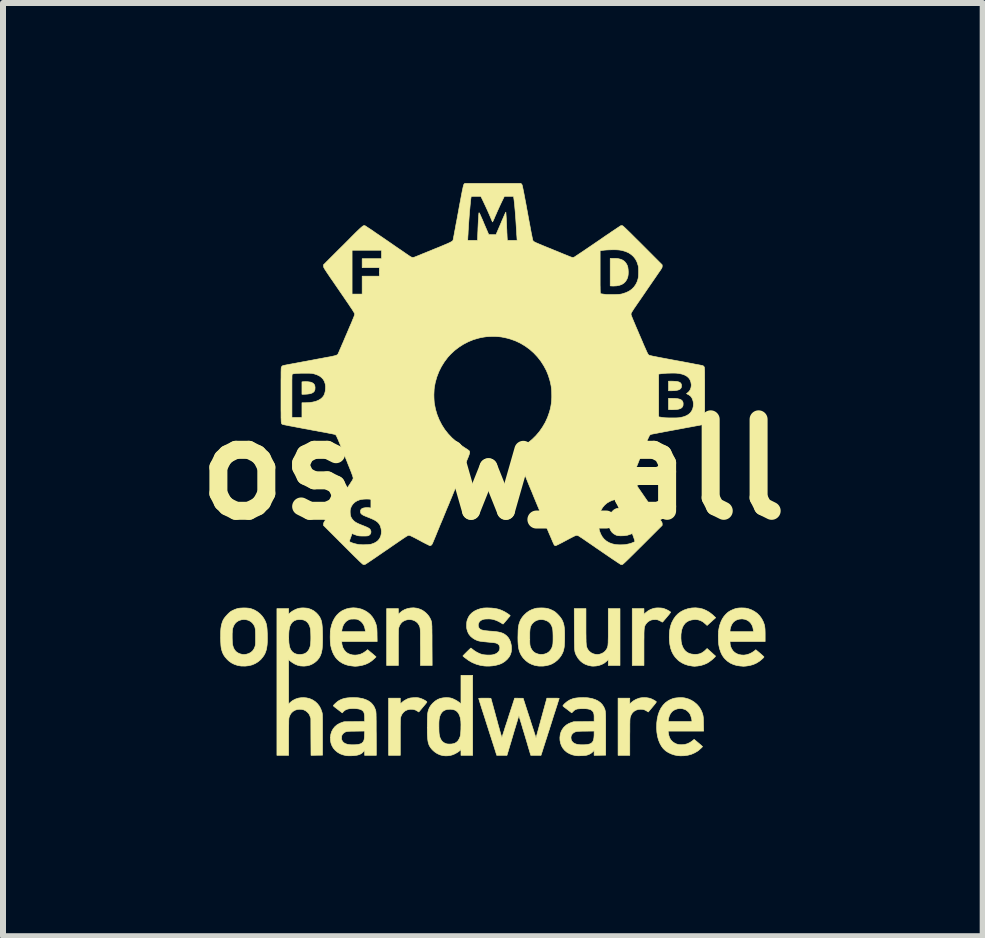
<source format=kicad_pcb>
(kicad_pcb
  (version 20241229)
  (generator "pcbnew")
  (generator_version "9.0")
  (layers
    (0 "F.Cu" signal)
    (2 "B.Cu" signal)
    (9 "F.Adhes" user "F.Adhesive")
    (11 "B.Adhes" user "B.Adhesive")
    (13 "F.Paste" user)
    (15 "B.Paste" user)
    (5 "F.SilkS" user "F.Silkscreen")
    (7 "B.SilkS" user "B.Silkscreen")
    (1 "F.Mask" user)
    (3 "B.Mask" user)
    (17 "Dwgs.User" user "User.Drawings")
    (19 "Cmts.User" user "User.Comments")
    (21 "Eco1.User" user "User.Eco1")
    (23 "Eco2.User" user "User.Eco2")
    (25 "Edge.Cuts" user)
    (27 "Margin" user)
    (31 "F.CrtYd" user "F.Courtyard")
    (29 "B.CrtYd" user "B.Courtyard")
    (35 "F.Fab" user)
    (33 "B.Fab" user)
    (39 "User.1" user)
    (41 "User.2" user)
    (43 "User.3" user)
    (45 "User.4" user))
  (footprint "oshw_all"
    (layer "F.Cu")
    (at 5.16 4.77)
    (property "Reference" "oshw_all" (at 0 0 0) (layer "F.SilkS") (effects (font (size 1.524 1.524) (thickness 0.3))))
    (attr through_hole)
    (fp_poly (pts (xy 3.034 -1.468) (xy 3.069 -1.465) (xy 3.096 -1.458) (xy 3.117 -1.449) (xy 3.131 -1.436) (xy 3.14 -1.419) (xy 3.143 -1.398) (xy 3.143 -1.392) (xy 3.141 -1.37) (xy 3.132 -1.352) (xy 3.117 -1.337) (xy 3.096 -1.326) (xy 3.067 -1.318) (xy 3.031 -1.313) (xy 2.987 -1.311) (xy 2.972 -1.311) (xy 2.926 -1.311) (xy 2.926 -1.47) (xy 2.99 -1.47) (xy 3.034 -1.468)) (stroke (width 0.01) (type solid)) (fill yes) (layer "F.SilkS"))
    (fp_poly (pts (xy 2.988 -1.184) (xy 3.036 -1.183) (xy 3.075 -1.179) (xy 3.107 -1.172) (xy 3.132 -1.162) (xy 3.15 -1.149) (xy 3.162 -1.132) (xy 3.169 -1.111) (xy 3.17 -1.091) (xy 3.168 -1.064) (xy 3.159 -1.043) (xy 3.144 -1.026) (xy 3.122 -1.013) (xy 3.092 -1.004) (xy 3.055 -0.998) (xy 3.016 -0.996) (xy 2.993 -0.995) (xy 2.971 -0.995) (xy 2.953 -0.996) (xy 2.943 -0.996) (xy 2.926 -0.998) (xy 2.926 -1.184) (xy 2.988 -1.184)) (stroke (width 0.01) (type solid)) (fill yes) (layer "F.SilkS"))
    (fp_poly (pts (xy -3.093 -1.462) (xy -3.065 -1.459) (xy -3.039 -1.455) (xy -3.02 -1.45) (xy -3.016 -1.448) (xy -2.992 -1.434) (xy -2.976 -1.417) (xy -2.966 -1.396) (xy -2.962 -1.368) (xy -2.962 -1.358) (xy -2.964 -1.329) (xy -2.972 -1.307) (xy -2.986 -1.289) (xy -3.007 -1.275) (xy -3.016 -1.271) (xy -3.035 -1.264) (xy -3.06 -1.259) (xy -3.09 -1.255) (xy -3.121 -1.253) (xy -3.147 -1.252) (xy -3.18 -1.252) (xy -3.18 -1.459) (xy -3.148 -1.462) (xy -3.122 -1.463) (xy -3.093 -1.462)) (stroke (width 0.01) (type solid)) (fill yes) (layer "F.SilkS"))
    (fp_poly (pts (xy 2.08 -3.513) (xy 2.12 -3.504) (xy 2.153 -3.492) (xy 2.181 -3.475) (xy 2.201 -3.457) (xy 2.222 -3.43) (xy 2.238 -3.401) (xy 2.249 -3.367) (xy 2.254 -3.328) (xy 2.256 -3.291) (xy 2.255 -3.253) (xy 2.251 -3.222) (xy 2.244 -3.194) (xy 2.232 -3.166) (xy 2.211 -3.132) (xy 2.183 -3.104) (xy 2.149 -3.082) (xy 2.108 -3.067) (xy 2.061 -3.058) (xy 2.007 -3.055) (xy 1.981 -3.056) (xy 1.955 -3.058) (xy 1.955 -3.515) (xy 1.981 -3.516) (xy 2.034 -3.516) (xy 2.08 -3.513)) (stroke (width 0.01) (type solid)) (fill yes) (layer "F.SilkS"))
    (fp_poly (pts (xy 2.565 3.803) (xy 2.601 3.809) (xy 2.625 3.816) (xy 2.644 3.823) (xy 2.664 3.833) (xy 2.684 3.843) (xy 2.702 3.854) (xy 2.716 3.863) (xy 2.723 3.87) (xy 2.724 3.871) (xy 2.722 3.876) (xy 2.715 3.888) (xy 2.703 3.904) (xy 2.687 3.924) (xy 2.668 3.947) (xy 2.658 3.959) (xy 2.589 4.041) (xy 2.566 4.026) (xy 2.54 4.011) (xy 2.517 4.002) (xy 2.494 3.997) (xy 2.466 3.995) (xy 2.463 3.995) (xy 2.421 3.999) (xy 2.383 4.011) (xy 2.351 4.03) (xy 2.325 4.055) (xy 2.304 4.088) (xy 2.289 4.128) (xy 2.288 4.131) (xy 2.287 4.137) (xy 2.286 4.146) (xy 2.285 4.157) (xy 2.284 4.172) (xy 2.283 4.19) (xy 2.283 4.214) (xy 2.282 4.243) (xy 2.282 4.278) (xy 2.282 4.319) (xy 2.282 4.368) (xy 2.281 4.425) (xy 2.281 4.46) (xy 2.281 4.763) (xy 2.086 4.763) (xy 2.086 3.81) (xy 2.281 3.81) (xy 2.281 3.906) (xy 2.312 3.878) (xy 2.349 3.85) (xy 2.39 3.828) (xy 2.434 3.812) (xy 2.451 3.807) (xy 2.487 3.802) (xy 2.526 3.801) (xy 2.565 3.803)) (stroke (width 0.01) (type solid)) (fill yes) (layer "F.SilkS"))
    (fp_poly (pts (xy -1.267 3.801) (xy -1.251 3.803) (xy -1.236 3.805) (xy -1.219 3.809) (xy -1.217 3.81) (xy -1.198 3.816) (xy -1.176 3.825) (xy -1.154 3.835) (xy -1.134 3.846) (xy -1.116 3.857) (xy -1.104 3.866) (xy -1.101 3.87) (xy -1.099 3.872) (xy -1.099 3.874) (xy -1.1 3.878) (xy -1.103 3.883) (xy -1.108 3.89) (xy -1.117 3.901) (xy -1.129 3.916) (xy -1.146 3.936) (xy -1.167 3.961) (xy -1.189 3.988) (xy -1.234 4.041) (xy -1.253 4.028) (xy -1.289 4.008) (xy -1.327 3.997) (xy -1.367 3.995) (xy -1.388 3.997) (xy -1.427 4.006) (xy -1.462 4.023) (xy -1.491 4.048) (xy -1.514 4.078) (xy -1.531 4.115) (xy -1.535 4.13) (xy -1.537 4.136) (xy -1.538 4.145) (xy -1.539 4.156) (xy -1.54 4.17) (xy -1.54 4.188) (xy -1.541 4.21) (xy -1.541 4.238) (xy -1.542 4.271) (xy -1.542 4.311) (xy -1.542 4.358) (xy -1.542 4.414) (xy -1.542 4.46) (xy -1.542 4.763) (xy -1.737 4.763) (xy -1.737 3.81) (xy -1.542 3.81) (xy -1.542 3.91) (xy -1.526 3.892) (xy -1.505 3.873) (xy -1.479 3.853) (xy -1.449 3.836) (xy -1.42 3.821) (xy -1.408 3.817) (xy -1.39 3.811) (xy -1.373 3.807) (xy -1.354 3.805) (xy -1.33 3.803) (xy -1.313 3.802) (xy -1.287 3.801) (xy -1.267 3.801)) (stroke (width 0.01) (type solid)) (fill yes) (layer "F.SilkS"))
    (fp_poly (pts (xy 2.795 2.308) (xy 2.823 2.311) (xy 2.842 2.315) (xy 2.863 2.323) (xy 2.886 2.332) (xy 2.909 2.343) (xy 2.929 2.354) (xy 2.946 2.364) (xy 2.957 2.373) (xy 2.962 2.38) (xy 2.962 2.38) (xy 2.959 2.385) (xy 2.951 2.395) (xy 2.94 2.41) (xy 2.925 2.428) (xy 2.908 2.448) (xy 2.89 2.47) (xy 2.872 2.491) (xy 2.854 2.512) (xy 2.839 2.53) (xy 2.838 2.531) (xy 2.83 2.54) (xy 2.824 2.543) (xy 2.818 2.542) (xy 2.813 2.538) (xy 2.803 2.532) (xy 2.788 2.524) (xy 2.771 2.516) (xy 2.756 2.509) (xy 2.744 2.505) (xy 2.731 2.503) (xy 2.715 2.502) (xy 2.699 2.502) (xy 2.674 2.503) (xy 2.655 2.505) (xy 2.638 2.509) (xy 2.63 2.512) (xy 2.597 2.529) (xy 2.568 2.553) (xy 2.547 2.58) (xy 2.546 2.581) (xy 2.54 2.59) (xy 2.536 2.599) (xy 2.532 2.608) (xy 2.528 2.617) (xy 2.526 2.628) (xy 2.523 2.641) (xy 2.522 2.656) (xy 2.52 2.676) (xy 2.519 2.7) (xy 2.518 2.728) (xy 2.518 2.762) (xy 2.518 2.803) (xy 2.517 2.851) (xy 2.517 2.906) (xy 2.517 2.963) (xy 2.517 3.266) (xy 2.322 3.266) (xy 2.322 2.318) (xy 2.517 2.318) (xy 2.517 2.414) (xy 2.548 2.385) (xy 2.585 2.356) (xy 2.628 2.332) (xy 2.674 2.316) (xy 2.676 2.315) (xy 2.701 2.31) (xy 2.731 2.307) (xy 2.763 2.307) (xy 2.795 2.308)) (stroke (width 0.01) (type solid)) (fill yes) (layer "F.SilkS"))
    (fp_poly (pts (xy 1.551 2.609) (xy 1.551 2.671) (xy 1.551 2.725) (xy 1.552 2.772) (xy 1.552 2.811) (xy 1.553 2.844) (xy 1.553 2.872) (xy 1.555 2.895) (xy 1.556 2.914) (xy 1.558 2.929) (xy 1.56 2.942) (xy 1.563 2.953) (xy 1.566 2.963) (xy 1.569 2.973) (xy 1.573 2.982) (xy 1.581 2.996) (xy 1.593 3.013) (xy 1.605 3.027) (xy 1.635 3.052) (xy 1.667 3.069) (xy 1.703 3.079) (xy 1.739 3.083) (xy 1.775 3.079) (xy 1.81 3.068) (xy 1.842 3.051) (xy 1.87 3.028) (xy 1.893 2.998) (xy 1.897 2.99) (xy 1.902 2.981) (xy 1.906 2.972) (xy 1.91 2.962) (xy 1.913 2.952) (xy 1.916 2.939) (xy 1.918 2.925) (xy 1.919 2.906) (xy 1.921 2.884) (xy 1.921 2.858) (xy 1.922 2.826) (xy 1.923 2.787) (xy 1.923 2.743) (xy 1.923 2.69) (xy 1.923 2.63) (xy 1.923 2.611) (xy 1.923 2.318) (xy 2.118 2.318) (xy 2.118 3.266) (xy 1.923 3.266) (xy 1.923 3.168) (xy 1.895 3.195) (xy 1.858 3.225) (xy 1.815 3.248) (xy 1.768 3.265) (xy 1.719 3.274) (xy 1.669 3.277) (xy 1.642 3.275) (xy 1.589 3.264) (xy 1.539 3.246) (xy 1.494 3.22) (xy 1.455 3.187) (xy 1.421 3.148) (xy 1.394 3.103) (xy 1.392 3.1) (xy 1.386 3.088) (xy 1.381 3.077) (xy 1.377 3.067) (xy 1.373 3.056) (xy 1.37 3.045) (xy 1.367 3.033) (xy 1.365 3.018) (xy 1.363 3.001) (xy 1.361 2.98) (xy 1.36 2.955) (xy 1.36 2.925) (xy 1.359 2.89) (xy 1.358 2.848) (xy 1.358 2.8) (xy 1.358 2.744) (xy 1.357 2.68) (xy 1.357 2.661) (xy 1.356 2.318) (xy 1.551 2.318) (xy 1.551 2.609)) (stroke (width 0.01) (type solid)) (fill yes) (layer "F.SilkS"))
    (fp_poly (pts (xy -1.269 2.311) (xy -1.25 2.315) (xy -1.233 2.321) (xy -1.211 2.329) (xy -1.19 2.338) (xy -1.184 2.341) (xy -1.151 2.361) (xy -1.119 2.386) (xy -1.089 2.416) (xy -1.064 2.448) (xy -1.047 2.477) (xy -1.041 2.489) (xy -1.036 2.499) (xy -1.032 2.509) (xy -1.028 2.519) (xy -1.025 2.529) (xy -1.022 2.541) (xy -1.02 2.555) (xy -1.018 2.571) (xy -1.017 2.591) (xy -1.015 2.614) (xy -1.015 2.643) (xy -1.014 2.676) (xy -1.014 2.716) (xy -1.013 2.762) (xy -1.013 2.816) (xy -1.013 2.878) (xy -1.013 2.915) (xy -1.011 3.266) (xy -1.206 3.266) (xy -1.206 2.963) (xy -1.207 2.901) (xy -1.207 2.847) (xy -1.207 2.801) (xy -1.207 2.762) (xy -1.207 2.73) (xy -1.208 2.702) (xy -1.209 2.68) (xy -1.21 2.662) (xy -1.212 2.647) (xy -1.214 2.635) (xy -1.216 2.625) (xy -1.219 2.616) (xy -1.223 2.608) (xy -1.227 2.599) (xy -1.23 2.593) (xy -1.25 2.562) (xy -1.277 2.537) (xy -1.307 2.519) (xy -1.341 2.507) (xy -1.377 2.501) (xy -1.414 2.502) (xy -1.45 2.51) (xy -1.484 2.525) (xy -1.513 2.545) (xy -1.536 2.571) (xy -1.555 2.603) (xy -1.565 2.631) (xy -1.567 2.637) (xy -1.568 2.644) (xy -1.57 2.651) (xy -1.571 2.661) (xy -1.572 2.673) (xy -1.572 2.688) (xy -1.573 2.708) (xy -1.573 2.732) (xy -1.574 2.762) (xy -1.574 2.798) (xy -1.574 2.84) (xy -1.574 2.89) (xy -1.574 2.949) (xy -1.574 3.266) (xy -1.769 3.266) (xy -1.769 2.318) (xy -1.574 2.318) (xy -1.574 2.413) (xy -1.549 2.389) (xy -1.511 2.358) (xy -1.468 2.334) (xy -1.421 2.317) (xy -1.371 2.308) (xy -1.32 2.305) (xy -1.269 2.311)) (stroke (width 0.01) (type solid)) (fill yes) (layer "F.SilkS"))
    (fp_poly (pts (xy 3.438 2.311) (xy 3.497 2.325) (xy 3.554 2.349) (xy 3.608 2.38) (xy 3.659 2.42) (xy 3.673 2.433) (xy 3.712 2.47) (xy 3.692 2.489) (xy 3.681 2.498) (xy 3.665 2.512) (xy 3.647 2.529) (xy 3.627 2.547) (xy 3.62 2.553) (xy 3.569 2.599) (xy 3.537 2.57) (xy 3.5 2.539) (xy 3.46 2.518) (xy 3.419 2.505) (xy 3.376 2.5) (xy 3.356 2.501) (xy 3.311 2.507) (xy 3.272 2.518) (xy 3.238 2.535) (xy 3.208 2.558) (xy 3.204 2.563) (xy 3.179 2.594) (xy 3.16 2.63) (xy 3.146 2.673) (xy 3.137 2.723) (xy 3.134 2.748) (xy 3.133 2.811) (xy 3.137 2.868) (xy 3.148 2.919) (xy 3.165 2.963) (xy 3.188 3.001) (xy 3.203 3.019) (xy 3.232 3.044) (xy 3.265 3.062) (xy 3.302 3.074) (xy 3.346 3.08) (xy 3.372 3.081) (xy 3.414 3.078) (xy 3.452 3.069) (xy 3.486 3.053) (xy 3.52 3.029) (xy 3.541 3.01) (xy 3.569 2.983) (xy 3.634 3.041) (xy 3.655 3.06) (xy 3.673 3.077) (xy 3.689 3.091) (xy 3.7 3.1) (xy 3.705 3.105) (xy 3.706 3.106) (xy 3.708 3.109) (xy 3.707 3.115) (xy 3.701 3.123) (xy 3.689 3.135) (xy 3.687 3.137) (xy 3.665 3.158) (xy 3.638 3.18) (xy 3.61 3.201) (xy 3.583 3.219) (xy 3.564 3.23) (xy 3.516 3.25) (xy 3.464 3.266) (xy 3.413 3.274) (xy 3.412 3.275) (xy 3.391 3.276) (xy 3.374 3.278) (xy 3.361 3.279) (xy 3.357 3.279) (xy 3.349 3.278) (xy 3.335 3.277) (xy 3.317 3.275) (xy 3.313 3.274) (xy 3.255 3.264) (xy 3.199 3.246) (xy 3.147 3.221) (xy 3.099 3.189) (xy 3.077 3.169) (xy 3.038 3.128) (xy 3.006 3.083) (xy 2.981 3.033) (xy 2.962 2.979) (xy 2.949 2.919) (xy 2.941 2.853) (xy 2.939 2.793) (xy 2.941 2.735) (xy 2.945 2.683) (xy 2.954 2.636) (xy 2.966 2.592) (xy 2.982 2.548) (xy 2.984 2.545) (xy 3.012 2.492) (xy 3.046 2.444) (xy 3.086 2.403) (xy 3.133 2.369) (xy 3.185 2.342) (xy 3.243 2.322) (xy 3.25 2.32) (xy 3.314 2.308) (xy 3.377 2.305) (xy 3.438 2.311)) (stroke (width 0.01) (type solid)) (fill yes) (layer "F.SilkS"))
    (fp_poly (pts (xy 3.158 3.802) (xy 3.18 3.804) (xy 3.2 3.807) (xy 3.203 3.808) (xy 3.257 3.823) (xy 3.308 3.846) (xy 3.355 3.876) (xy 3.398 3.912) (xy 3.434 3.953) (xy 3.463 3.999) (xy 3.478 4.029) (xy 3.486 4.05) (xy 3.493 4.069) (xy 3.498 4.087) (xy 3.502 4.106) (xy 3.505 4.127) (xy 3.507 4.151) (xy 3.508 4.181) (xy 3.509 4.217) (xy 3.509 4.24) (xy 3.512 4.359) (xy 2.92 4.359) (xy 2.923 4.385) (xy 2.932 4.433) (xy 2.947 4.475) (xy 2.969 4.51) (xy 2.997 4.538) (xy 3.029 4.559) (xy 3.056 4.572) (xy 3.082 4.58) (xy 3.11 4.585) (xy 3.143 4.586) (xy 3.145 4.586) (xy 3.194 4.582) (xy 3.241 4.569) (xy 3.286 4.547) (xy 3.329 4.517) (xy 3.332 4.514) (xy 3.353 4.496) (xy 3.423 4.555) (xy 3.444 4.573) (xy 3.463 4.589) (xy 3.478 4.603) (xy 3.488 4.612) (xy 3.492 4.617) (xy 3.493 4.617) (xy 3.489 4.622) (xy 3.481 4.631) (xy 3.468 4.644) (xy 3.453 4.657) (xy 3.438 4.671) (xy 3.424 4.683) (xy 3.413 4.691) (xy 3.364 4.72) (xy 3.31 4.744) (xy 3.252 4.76) (xy 3.19 4.769) (xy 3.127 4.771) (xy 3.075 4.767) (xy 3.022 4.756) (xy 2.971 4.739) (xy 2.923 4.716) (xy 2.881 4.689) (xy 2.876 4.685) (xy 2.839 4.65) (xy 2.807 4.607) (xy 2.78 4.557) (xy 2.758 4.502) (xy 2.742 4.442) (xy 2.732 4.376) (xy 2.728 4.307) (xy 2.73 4.234) (xy 2.73 4.224) (xy 2.733 4.2) (xy 2.921 4.2) (xy 3.316 4.2) (xy 3.316 4.185) (xy 3.314 4.167) (xy 3.309 4.145) (xy 3.302 4.121) (xy 3.294 4.097) (xy 3.286 4.079) (xy 3.285 4.077) (xy 3.269 4.053) (xy 3.246 4.03) (xy 3.221 4.01) (xy 3.196 3.997) (xy 3.195 3.997) (xy 3.157 3.986) (xy 3.118 3.983) (xy 3.079 3.987) (xy 3.043 3.998) (xy 3.01 4.015) (xy 2.982 4.037) (xy 2.979 4.041) (xy 2.954 4.076) (xy 2.936 4.117) (xy 2.925 4.163) (xy 2.923 4.176) (xy 2.921 4.2) (xy 2.733 4.2) (xy 2.739 4.152) (xy 2.754 4.086) (xy 2.775 4.027) (xy 2.802 3.974) (xy 2.835 3.928) (xy 2.873 3.888) (xy 2.916 3.856) (xy 2.945 3.84) (xy 2.974 3.827) (xy 3 3.817) (xy 3.026 3.81) (xy 3.054 3.806) (xy 3.088 3.803) (xy 3.103 3.802) (xy 3.134 3.801) (xy 3.158 3.802)) (stroke (width 0.01) (type solid)) (fill yes) (layer "F.SilkS"))
    (fp_poly (pts (xy -2.266 2.309) (xy -2.207 2.322) (xy -2.189 2.327) (xy -2.135 2.35) (xy -2.086 2.38) (xy -2.043 2.416) (xy -2.006 2.459) (xy -1.976 2.508) (xy -1.952 2.562) (xy -1.942 2.594) (xy -1.939 2.608) (xy -1.936 2.622) (xy -1.934 2.635) (xy -1.932 2.651) (xy -1.931 2.67) (xy -1.93 2.694) (xy -1.929 2.725) (xy -1.929 2.752) (xy -1.927 2.867) (xy -2.517 2.867) (xy -2.517 2.881) (xy -2.516 2.894) (xy -2.514 2.911) (xy -2.511 2.926) (xy -2.498 2.969) (xy -2.477 3.006) (xy -2.451 3.037) (xy -2.419 3.062) (xy -2.381 3.079) (xy -2.338 3.09) (xy -2.294 3.093) (xy -2.249 3.089) (xy -2.203 3.077) (xy -2.16 3.057) (xy -2.12 3.03) (xy -2.115 3.026) (xy -2.086 3.002) (xy -2.074 3.013) (xy -2.066 3.019) (xy -2.053 3.03) (xy -2.036 3.045) (xy -2.016 3.061) (xy -2.003 3.072) (xy -1.945 3.122) (xy -1.972 3.149) (xy -2.018 3.189) (xy -2.068 3.222) (xy -2.124 3.248) (xy -2.184 3.265) (xy -2.244 3.275) (xy -2.265 3.277) (xy -2.282 3.278) (xy -2.293 3.279) (xy -2.297 3.279) (xy -2.304 3.278) (xy -2.317 3.277) (xy -2.334 3.275) (xy -2.345 3.274) (xy -2.402 3.266) (xy -2.457 3.25) (xy -2.508 3.227) (xy -2.553 3.198) (xy -2.593 3.163) (xy -2.619 3.133) (xy -2.648 3.088) (xy -2.671 3.039) (xy -2.689 2.984) (xy -2.702 2.93) (xy -2.705 2.903) (xy -2.708 2.869) (xy -2.709 2.831) (xy -2.71 2.791) (xy -2.709 2.751) (xy -2.708 2.713) (xy -2.707 2.703) (xy -2.517 2.703) (xy -2.122 2.703) (xy -2.125 2.679) (xy -2.135 2.632) (xy -2.151 2.591) (xy -2.173 2.557) (xy -2.202 2.528) (xy -2.235 2.507) (xy -2.249 2.501) (xy -2.259 2.497) (xy -2.271 2.494) (xy -2.284 2.493) (xy -2.303 2.492) (xy -2.32 2.492) (xy -2.344 2.493) (xy -2.361 2.493) (xy -2.373 2.495) (xy -2.384 2.498) (xy -2.396 2.503) (xy -2.404 2.506) (xy -2.438 2.527) (xy -2.466 2.555) (xy -2.489 2.59) (xy -2.505 2.63) (xy -2.51 2.651) (xy -2.514 2.669) (xy -2.516 2.684) (xy -2.517 2.693) (xy -2.517 2.703) (xy -2.707 2.703) (xy -2.705 2.68) (xy -2.702 2.659) (xy -2.686 2.591) (xy -2.664 2.531) (xy -2.636 2.477) (xy -2.603 2.431) (xy -2.564 2.392) (xy -2.519 2.359) (xy -2.492 2.345) (xy -2.439 2.323) (xy -2.382 2.31) (xy -2.325 2.305) (xy -2.266 2.309)) (stroke (width 0.01) (type solid)) (fill yes) (layer "F.SilkS"))
    (fp_poly (pts (xy -0.336 4.763) (xy -0.531 4.763) (xy -0.531 4.667) (xy -0.557 4.69) (xy -0.581 4.708) (xy -0.611 4.726) (xy -0.644 4.743) (xy -0.677 4.756) (xy -0.708 4.764) (xy -0.709 4.765) (xy -0.749 4.77) (xy -0.792 4.771) (xy -0.833 4.767) (xy -0.833 4.767) (xy -0.882 4.754) (xy -0.928 4.733) (xy -0.971 4.704) (xy -1 4.678) (xy -1.019 4.658) (xy -1.035 4.638) (xy -1.049 4.617) (xy -1.061 4.595) (xy -1.07 4.571) (xy -1.078 4.543) (xy -1.083 4.512) (xy -1.087 4.476) (xy -1.09 4.434) (xy -1.092 4.386) (xy -1.092 4.331) (xy -1.092 4.269) (xy -0.899 4.269) (xy -0.899 4.305) (xy -0.898 4.339) (xy -0.897 4.371) (xy -0.895 4.398) (xy -0.892 4.419) (xy -0.892 4.421) (xy -0.881 4.465) (xy -0.864 4.501) (xy -0.843 4.53) (xy -0.815 4.552) (xy -0.782 4.567) (xy -0.774 4.57) (xy -0.75 4.574) (xy -0.72 4.575) (xy -0.689 4.574) (xy -0.66 4.569) (xy -0.638 4.563) (xy -0.609 4.547) (xy -0.583 4.523) (xy -0.563 4.492) (xy -0.547 4.455) (xy -0.541 4.432) (xy -0.538 4.414) (xy -0.536 4.389) (xy -0.534 4.358) (xy -0.532 4.325) (xy -0.532 4.29) (xy -0.531 4.256) (xy -0.532 4.224) (xy -0.533 4.197) (xy -0.535 4.18) (xy -0.543 4.134) (xy -0.556 4.095) (xy -0.572 4.063) (xy -0.593 4.037) (xy -0.607 4.025) (xy -0.633 4.009) (xy -0.665 4) (xy -0.702 3.995) (xy -0.717 3.995) (xy -0.759 3.998) (xy -0.795 4.008) (xy -0.826 4.025) (xy -0.85 4.048) (xy -0.87 4.078) (xy -0.885 4.116) (xy -0.894 4.157) (xy -0.896 4.177) (xy -0.898 4.203) (xy -0.899 4.234) (xy -0.899 4.269) (xy -1.092 4.269) (xy -1.092 4.267) (xy -1.092 4.249) (xy -1.091 4.204) (xy -1.091 4.167) (xy -1.09 4.137) (xy -1.089 4.112) (xy -1.088 4.092) (xy -1.087 4.076) (xy -1.085 4.063) (xy -1.083 4.05) (xy -1.081 4.038) (xy -1.081 4.038) (xy -1.069 3.998) (xy -1.054 3.963) (xy -1.032 3.93) (xy -1.004 3.897) (xy -0.998 3.891) (xy -0.96 3.858) (xy -0.921 3.833) (xy -0.878 3.815) (xy -0.831 3.805) (xy -0.779 3.801) (xy -0.773 3.801) (xy -0.749 3.802) (xy -0.725 3.804) (xy -0.705 3.807) (xy -0.701 3.808) (xy -0.674 3.816) (xy -0.644 3.83) (xy -0.612 3.846) (xy -0.583 3.864) (xy -0.561 3.88) (xy -0.531 3.905) (xy -0.531 3.429) (xy -0.336 3.429) (xy -0.336 4.763)) (stroke (width 0.01) (type solid)) (fill yes) (layer "F.SilkS"))
    (fp_poly (pts (xy 4.15 2.307) (xy 4.181 2.308) (xy 4.206 2.309) (xy 4.227 2.313) (xy 4.248 2.317) (xy 4.248 2.317) (xy 4.304 2.337) (xy 4.356 2.364) (xy 4.403 2.397) (xy 4.443 2.437) (xy 4.477 2.483) (xy 4.504 2.535) (xy 4.508 2.545) (xy 4.516 2.567) (xy 4.523 2.588) (xy 4.528 2.609) (xy 4.531 2.632) (xy 4.534 2.659) (xy 4.535 2.69) (xy 4.536 2.727) (xy 4.536 2.758) (xy 4.536 2.867) (xy 3.951 2.867) (xy 3.951 2.888) (xy 3.954 2.919) (xy 3.962 2.952) (xy 3.976 2.984) (xy 3.979 2.99) (xy 4.001 3.022) (xy 4.029 3.049) (xy 4.062 3.069) (xy 4.1 3.084) (xy 4.14 3.091) (xy 4.182 3.093) (xy 4.225 3.087) (xy 4.268 3.074) (xy 4.309 3.055) (xy 4.313 3.052) (xy 4.331 3.041) (xy 4.349 3.029) (xy 4.362 3.019) (xy 4.38 3.003) (xy 4.448 3.06) (xy 4.469 3.078) (xy 4.487 3.094) (xy 4.502 3.108) (xy 4.512 3.117) (xy 4.517 3.123) (xy 4.517 3.123) (xy 4.514 3.128) (xy 4.506 3.138) (xy 4.495 3.15) (xy 4.488 3.156) (xy 4.441 3.195) (xy 4.391 3.226) (xy 4.338 3.25) (xy 4.28 3.266) (xy 4.223 3.275) (xy 4.203 3.277) (xy 4.187 3.278) (xy 4.176 3.279) (xy 4.173 3.279) (xy 4.165 3.278) (xy 4.152 3.277) (xy 4.134 3.275) (xy 4.125 3.275) (xy 4.063 3.266) (xy 4.006 3.249) (xy 3.954 3.225) (xy 3.908 3.194) (xy 3.866 3.155) (xy 3.866 3.155) (xy 3.841 3.125) (xy 3.82 3.093) (xy 3.802 3.057) (xy 3.793 3.033) (xy 3.782 3.001) (xy 3.773 2.972) (xy 3.767 2.942) (xy 3.762 2.91) (xy 3.759 2.874) (xy 3.757 2.831) (xy 3.757 2.819) (xy 3.756 2.765) (xy 3.758 2.718) (xy 3.761 2.688) (xy 3.951 2.688) (xy 3.951 2.703) (xy 4.342 2.703) (xy 4.339 2.675) (xy 4.331 2.631) (xy 4.316 2.592) (xy 4.294 2.558) (xy 4.267 2.531) (xy 4.234 2.51) (xy 4.197 2.496) (xy 4.156 2.49) (xy 4.146 2.49) (xy 4.103 2.494) (xy 4.064 2.506) (xy 4.03 2.525) (xy 4.002 2.55) (xy 3.985 2.574) (xy 3.97 2.604) (xy 3.959 2.636) (xy 3.952 2.668) (xy 3.951 2.688) (xy 3.761 2.688) (xy 3.762 2.676) (xy 3.769 2.637) (xy 3.778 2.599) (xy 3.784 2.581) (xy 3.802 2.532) (xy 3.823 2.489) (xy 3.848 2.451) (xy 3.878 2.416) (xy 3.893 2.401) (xy 3.914 2.382) (xy 3.933 2.368) (xy 3.956 2.355) (xy 3.974 2.346) (xy 4.009 2.33) (xy 4.04 2.319) (xy 4.071 2.312) (xy 4.103 2.308) (xy 4.141 2.307) (xy 4.15 2.307)) (stroke (width 0.01) (type solid)) (fill yes) (layer "F.SilkS"))
    (fp_poly (pts (xy -4.105 2.308) (xy -4.071 2.311) (xy -4.041 2.316) (xy -4.013 2.325) (xy -3.982 2.337) (xy -3.961 2.347) (xy -3.92 2.372) (xy -3.881 2.403) (xy -3.846 2.44) (xy -3.816 2.481) (xy -3.793 2.523) (xy -3.789 2.532) (xy -3.78 2.555) (xy -3.773 2.577) (xy -3.768 2.601) (xy -3.764 2.628) (xy -3.761 2.659) (xy -3.759 2.696) (xy -3.757 2.74) (xy -3.757 2.758) (xy -3.756 2.821) (xy -3.757 2.875) (xy -3.76 2.923) (xy -3.766 2.965) (xy -3.773 3.002) (xy -3.784 3.036) (xy -3.796 3.067) (xy -3.812 3.096) (xy -3.83 3.122) (xy -3.866 3.166) (xy -3.908 3.202) (xy -3.956 3.232) (xy -4.008 3.255) (xy -4.063 3.269) (xy -4.123 3.276) (xy -4.185 3.275) (xy -4.194 3.275) (xy -4.252 3.265) (xy -4.306 3.247) (xy -4.355 3.222) (xy -4.4 3.189) (xy -4.429 3.161) (xy -4.461 3.124) (xy -4.486 3.087) (xy -4.505 3.046) (xy -4.519 3) (xy -4.523 2.982) (xy -4.527 2.96) (xy -4.53 2.931) (xy -4.532 2.897) (xy -4.534 2.858) (xy -4.535 2.817) (xy -4.535 2.776) (xy -4.535 2.771) (xy -4.342 2.771) (xy -4.342 2.806) (xy -4.341 2.84) (xy -4.34 2.871) (xy -4.338 2.899) (xy -4.336 2.919) (xy -4.334 2.925) (xy -4.322 2.968) (xy -4.303 3.004) (xy -4.278 3.034) (xy -4.247 3.056) (xy -4.21 3.072) (xy -4.19 3.077) (xy -4.167 3.082) (xy -4.148 3.083) (xy -4.129 3.082) (xy -4.107 3.078) (xy -4.104 3.078) (xy -4.063 3.065) (xy -4.029 3.046) (xy -4 3.02) (xy -3.978 2.987) (xy -3.961 2.947) (xy -3.961 2.946) (xy -3.959 2.937) (xy -3.957 2.926) (xy -3.955 2.914) (xy -3.954 2.898) (xy -3.953 2.878) (xy -3.953 2.852) (xy -3.953 2.819) (xy -3.953 2.794) (xy -3.953 2.75) (xy -3.954 2.714) (xy -3.955 2.685) (xy -3.957 2.661) (xy -3.961 2.641) (xy -3.965 2.624) (xy -3.971 2.609) (xy -3.979 2.595) (xy -3.987 2.581) (xy -4.011 2.552) (xy -4.041 2.529) (xy -4.075 2.512) (xy -4.112 2.503) (xy -4.151 2.5) (xy -4.191 2.505) (xy -4.23 2.518) (xy -4.24 2.523) (xy -4.271 2.543) (xy -4.297 2.57) (xy -4.317 2.604) (xy -4.332 2.643) (xy -4.336 2.663) (xy -4.339 2.681) (xy -4.34 2.707) (xy -4.342 2.737) (xy -4.342 2.771) (xy -4.535 2.771) (xy -4.535 2.736) (xy -4.534 2.699) (xy -4.532 2.667) (xy -4.53 2.644) (xy -4.522 2.595) (xy -4.51 2.553) (xy -4.496 2.516) (xy -4.476 2.481) (xy -4.45 2.448) (xy -4.42 2.415) (xy -4.4 2.395) (xy -4.384 2.381) (xy -4.37 2.369) (xy -4.355 2.36) (xy -4.337 2.35) (xy -4.332 2.348) (xy -4.299 2.333) (xy -4.269 2.322) (xy -4.241 2.314) (xy -4.21 2.31) (xy -4.174 2.308) (xy -4.146 2.307) (xy -4.105 2.308)) (stroke (width 0.01) (type solid)) (fill yes) (layer "F.SilkS"))
    (fp_poly (pts (xy 0.848 2.308) (xy 0.881 2.311) (xy 0.911 2.316) (xy 0.94 2.325) (xy 0.97 2.337) (xy 0.993 2.348) (xy 1.012 2.358) (xy 1.028 2.367) (xy 1.042 2.378) (xy 1.058 2.392) (xy 1.077 2.41) (xy 1.082 2.415) (xy 1.108 2.443) (xy 1.13 2.471) (xy 1.149 2.499) (xy 1.164 2.53) (xy 1.176 2.563) (xy 1.185 2.599) (xy 1.191 2.64) (xy 1.195 2.687) (xy 1.196 2.741) (xy 1.196 2.803) (xy 1.196 2.819) (xy 1.195 2.866) (xy 1.193 2.905) (xy 1.191 2.938) (xy 1.188 2.965) (xy 1.183 2.99) (xy 1.178 3.012) (xy 1.171 3.034) (xy 1.162 3.057) (xy 1.162 3.057) (xy 1.139 3.1) (xy 1.11 3.14) (xy 1.074 3.178) (xy 1.034 3.21) (xy 0.99 3.237) (xy 0.949 3.254) (xy 0.895 3.268) (xy 0.838 3.276) (xy 0.779 3.276) (xy 0.759 3.275) (xy 0.701 3.265) (xy 0.646 3.246) (xy 0.596 3.221) (xy 0.551 3.187) (xy 0.511 3.147) (xy 0.491 3.122) (xy 0.472 3.093) (xy 0.457 3.064) (xy 0.444 3.032) (xy 0.434 2.998) (xy 0.427 2.961) (xy 0.422 2.918) (xy 0.419 2.869) (xy 0.418 2.814) (xy 0.418 2.794) (xy 0.615 2.794) (xy 0.615 2.836) (xy 0.615 2.87) (xy 0.616 2.898) (xy 0.618 2.92) (xy 0.621 2.939) (xy 0.625 2.955) (xy 0.631 2.969) (xy 0.638 2.983) (xy 0.647 2.998) (xy 0.647 2.999) (xy 0.664 3.023) (xy 0.683 3.041) (xy 0.707 3.057) (xy 0.713 3.06) (xy 0.753 3.075) (xy 0.794 3.082) (xy 0.837 3.08) (xy 0.869 3.073) (xy 0.906 3.058) (xy 0.938 3.035) (xy 0.963 3.006) (xy 0.983 2.97) (xy 0.996 2.928) (xy 0.999 2.914) (xy 1.001 2.896) (xy 1.002 2.871) (xy 1.003 2.841) (xy 1.003 2.808) (xy 1.003 2.774) (xy 1.002 2.74) (xy 1.001 2.709) (xy 0.999 2.682) (xy 0.997 2.662) (xy 0.996 2.657) (xy 0.984 2.615) (xy 0.966 2.579) (xy 0.941 2.55) (xy 0.91 2.527) (xy 0.901 2.523) (xy 0.862 2.508) (xy 0.823 2.501) (xy 0.783 2.502) (xy 0.746 2.509) (xy 0.711 2.524) (xy 0.68 2.546) (xy 0.654 2.573) (xy 0.649 2.581) (xy 0.639 2.596) (xy 0.632 2.611) (xy 0.626 2.626) (xy 0.622 2.643) (xy 0.619 2.664) (xy 0.617 2.688) (xy 0.615 2.718) (xy 0.615 2.755) (xy 0.615 2.794) (xy 0.418 2.794) (xy 0.419 2.758) (xy 0.42 2.715) (xy 0.421 2.679) (xy 0.423 2.65) (xy 0.426 2.625) (xy 0.43 2.603) (xy 0.434 2.582) (xy 0.441 2.561) (xy 0.446 2.545) (xy 0.459 2.512) (xy 0.476 2.483) (xy 0.497 2.453) (xy 0.521 2.426) (xy 0.562 2.387) (xy 0.605 2.357) (xy 0.652 2.334) (xy 0.701 2.317) (xy 0.718 2.313) (xy 0.734 2.31) (xy 0.753 2.309) (xy 0.775 2.308) (xy 0.805 2.307) (xy 0.807 2.307) (xy 0.848 2.308)) (stroke (width 0.01) (type solid)) (fill yes) (layer "F.SilkS"))
    (fp_poly (pts (xy -2.309 3.801) (xy -2.281 3.802) (xy -2.256 3.803) (xy -2.235 3.805) (xy -2.229 3.806) (xy -2.169 3.817) (xy -2.117 3.834) (xy -2.072 3.856) (xy -2.033 3.883) (xy -2.002 3.916) (xy -1.976 3.955) (xy -1.957 4) (xy -1.952 4.016) (xy -1.95 4.022) (xy -1.949 4.029) (xy -1.948 4.037) (xy -1.947 4.048) (xy -1.946 4.061) (xy -1.945 4.078) (xy -1.945 4.099) (xy -1.944 4.125) (xy -1.944 4.157) (xy -1.943 4.194) (xy -1.943 4.238) (xy -1.943 4.29) (xy -1.943 4.349) (xy -1.942 4.403) (xy -1.941 4.763) (xy -2.136 4.763) (xy -2.136 4.68) (xy -2.157 4.703) (xy -2.178 4.724) (xy -2.201 4.739) (xy -2.228 4.751) (xy -2.252 4.758) (xy -2.276 4.763) (xy -2.306 4.767) (xy -2.34 4.769) (xy -2.374 4.77) (xy -2.407 4.77) (xy -2.435 4.768) (xy -2.445 4.767) (xy -2.498 4.754) (xy -2.546 4.736) (xy -2.589 4.71) (xy -2.626 4.679) (xy -2.657 4.643) (xy -2.68 4.603) (xy -2.697 4.558) (xy -2.705 4.51) (xy -2.706 4.47) (xy -2.522 4.47) (xy -2.518 4.501) (xy -2.506 4.527) (xy -2.487 4.549) (xy -2.46 4.566) (xy -2.426 4.578) (xy -2.386 4.585) (xy -2.356 4.587) (xy -2.322 4.587) (xy -2.288 4.586) (xy -2.256 4.583) (xy -2.238 4.58) (xy -2.207 4.572) (xy -2.183 4.56) (xy -2.165 4.542) (xy -2.156 4.531) (xy -2.15 4.518) (xy -2.145 4.503) (xy -2.142 4.484) (xy -2.139 4.459) (xy -2.138 4.427) (xy -2.138 4.425) (xy -2.135 4.358) (xy -2.277 4.36) (xy -2.321 4.361) (xy -2.357 4.361) (xy -2.387 4.362) (xy -2.41 4.364) (xy -2.428 4.366) (xy -2.443 4.369) (xy -2.455 4.373) (xy -2.466 4.379) (xy -2.476 4.385) (xy -2.484 4.391) (xy -2.504 4.411) (xy -2.517 4.436) (xy -2.522 4.466) (xy -2.522 4.47) (xy -2.706 4.47) (xy -2.706 4.463) (xy -2.699 4.411) (xy -2.684 4.364) (xy -2.661 4.322) (xy -2.631 4.285) (xy -2.595 4.254) (xy -2.551 4.229) (xy -2.515 4.215) (xy -2.479 4.203) (xy -2.308 4.201) (xy -2.136 4.199) (xy -2.136 4.142) (xy -2.137 4.104) (xy -2.141 4.074) (xy -2.147 4.051) (xy -2.157 4.032) (xy -2.171 4.018) (xy -2.19 4.005) (xy -2.195 4.003) (xy -2.215 3.995) (xy -2.242 3.989) (xy -2.274 3.985) (xy -2.308 3.983) (xy -2.343 3.983) (xy -2.376 3.985) (xy -2.395 3.987) (xy -2.429 3.995) (xy -2.457 4.008) (xy -2.48 4.025) (xy -2.488 4.033) (xy -2.508 4.056) (xy -2.583 3.998) (xy -2.605 3.981) (xy -2.625 3.966) (xy -2.641 3.953) (xy -2.652 3.943) (xy -2.658 3.938) (xy -2.658 3.938) (xy -2.654 3.931) (xy -2.646 3.92) (xy -2.633 3.907) (xy -2.617 3.892) (xy -2.601 3.878) (xy -2.585 3.865) (xy -2.579 3.86) (xy -2.544 3.84) (xy -2.509 3.825) (xy -2.47 3.813) (xy -2.427 3.806) (xy -2.378 3.802) (xy -2.337 3.801) (xy -2.309 3.801)) (stroke (width 0.01) (type solid)) (fill yes) (layer "F.SilkS"))
    (fp_poly (pts (xy 1.54 3.802) (xy 1.571 3.803) (xy 1.589 3.805) (xy 1.65 3.816) (xy 1.704 3.833) (xy 1.75 3.855) (xy 1.79 3.883) (xy 1.822 3.916) (xy 1.847 3.954) (xy 1.853 3.967) (xy 1.858 3.978) (xy 1.862 3.988) (xy 1.866 3.997) (xy 1.869 4.007) (xy 1.871 4.018) (xy 1.874 4.031) (xy 1.875 4.045) (xy 1.877 4.063) (xy 1.878 4.085) (xy 1.879 4.111) (xy 1.879 4.142) (xy 1.88 4.179) (xy 1.88 4.222) (xy 1.88 4.271) (xy 1.88 4.329) (xy 1.88 4.395) (xy 1.88 4.76) (xy 1.687 4.763) (xy 1.687 4.68) (xy 1.667 4.702) (xy 1.641 4.725) (xy 1.609 4.744) (xy 1.572 4.758) (xy 1.564 4.76) (xy 1.545 4.764) (xy 1.52 4.766) (xy 1.49 4.768) (xy 1.459 4.769) (xy 1.429 4.77) (xy 1.403 4.769) (xy 1.382 4.767) (xy 1.381 4.767) (xy 1.327 4.755) (xy 1.278 4.736) (xy 1.234 4.711) (xy 1.197 4.68) (xy 1.167 4.644) (xy 1.143 4.603) (xy 1.127 4.558) (xy 1.118 4.51) (xy 1.117 4.469) (xy 1.301 4.469) (xy 1.305 4.5) (xy 1.317 4.526) (xy 1.336 4.548) (xy 1.363 4.566) (xy 1.397 4.578) (xy 1.437 4.585) (xy 1.438 4.585) (xy 1.468 4.587) (xy 1.502 4.587) (xy 1.536 4.586) (xy 1.567 4.583) (xy 1.585 4.58) (xy 1.614 4.573) (xy 1.637 4.562) (xy 1.655 4.547) (xy 1.669 4.526) (xy 1.679 4.499) (xy 1.684 4.466) (xy 1.687 4.425) (xy 1.687 4.405) (xy 1.687 4.358) (xy 1.546 4.36) (xy 1.504 4.36) (xy 1.47 4.361) (xy 1.444 4.362) (xy 1.423 4.363) (xy 1.407 4.364) (xy 1.395 4.366) (xy 1.386 4.368) (xy 1.381 4.369) (xy 1.35 4.383) (xy 1.327 4.402) (xy 1.31 4.426) (xy 1.302 4.453) (xy 1.301 4.469) (xy 1.117 4.469) (xy 1.117 4.463) (xy 1.123 4.414) (xy 1.136 4.371) (xy 1.155 4.333) (xy 1.181 4.297) (xy 1.188 4.29) (xy 1.223 4.258) (xy 1.264 4.233) (xy 1.309 4.215) (xy 1.345 4.203) (xy 1.516 4.201) (xy 1.687 4.199) (xy 1.687 4.143) (xy 1.687 4.11) (xy 1.685 4.084) (xy 1.681 4.064) (xy 1.675 4.048) (xy 1.667 4.035) (xy 1.664 4.03) (xy 1.649 4.016) (xy 1.632 4.004) (xy 1.61 3.996) (xy 1.584 3.99) (xy 1.551 3.986) (xy 1.512 3.985) (xy 1.492 3.985) (xy 1.456 3.986) (xy 1.427 3.988) (xy 1.403 3.991) (xy 1.384 3.998) (xy 1.367 4.006) (xy 1.351 4.018) (xy 1.338 4.031) (xy 1.314 4.055) (xy 1.262 4.015) (xy 1.241 3.999) (xy 1.221 3.984) (xy 1.204 3.971) (xy 1.191 3.961) (xy 1.189 3.96) (xy 1.178 3.95) (xy 1.169 3.942) (xy 1.167 3.938) (xy 1.169 3.933) (xy 1.177 3.923) (xy 1.188 3.91) (xy 1.201 3.897) (xy 1.241 3.864) (xy 1.286 3.837) (xy 1.336 3.818) (xy 1.349 3.814) (xy 1.371 3.81) (xy 1.4 3.806) (xy 1.433 3.803) (xy 1.469 3.802) (xy 1.505 3.801) (xy 1.54 3.802)) (stroke (width 0.01) (type solid)) (fill yes) (layer "F.SilkS"))
    (fp_poly (pts (xy 0.505 3.812) (xy 0.599 4.103) (xy 0.616 4.153) (xy 0.631 4.202) (xy 0.646 4.249) (xy 0.66 4.292) (xy 0.673 4.331) (xy 0.684 4.365) (xy 0.693 4.394) (xy 0.7 4.415) (xy 0.705 4.43) (xy 0.706 4.433) (xy 0.719 4.473) (xy 0.809 4.142) (xy 0.9 3.81) (xy 1.003 3.81) (xy 1.038 3.81) (xy 1.064 3.81) (xy 1.083 3.811) (xy 1.096 3.812) (xy 1.102 3.813) (xy 1.105 3.815) (xy 1.105 3.816) (xy 1.103 3.821) (xy 1.099 3.834) (xy 1.092 3.854) (xy 1.084 3.88) (xy 1.075 3.91) (xy 1.064 3.944) (xy 1.052 3.98) (xy 1.051 3.985) (xy 1.028 4.055) (xy 1.005 4.126) (xy 0.983 4.197) (xy 0.961 4.266) (xy 0.94 4.333) (xy 0.919 4.397) (xy 0.9 4.458) (xy 0.882 4.513) (xy 0.866 4.563) (xy 0.852 4.607) (xy 0.84 4.643) (xy 0.834 4.664) (xy 0.802 4.763) (xy 0.632 4.763) (xy 0.583 4.598) (xy 0.56 4.519) (xy 0.539 4.449) (xy 0.52 4.386) (xy 0.503 4.331) (xy 0.489 4.283) (xy 0.477 4.242) (xy 0.466 4.207) (xy 0.457 4.178) (xy 0.45 4.154) (xy 0.445 4.135) (xy 0.44 4.121) (xy 0.437 4.111) (xy 0.435 4.105) (xy 0.434 4.102) (xy 0.434 4.102) (xy 0.433 4.106) (xy 0.429 4.117) (xy 0.423 4.136) (xy 0.415 4.16) (xy 0.407 4.189) (xy 0.397 4.222) (xy 0.386 4.258) (xy 0.361 4.34) (xy 0.339 4.414) (xy 0.32 4.479) (xy 0.303 4.537) (xy 0.288 4.586) (xy 0.275 4.629) (xy 0.265 4.663) (xy 0.257 4.691) (xy 0.25 4.712) (xy 0.246 4.727) (xy 0.245 4.73) (xy 0.235 4.763) (xy 0.065 4.763) (xy 0.021 4.623) (xy 0.007 4.58) (xy -0.008 4.533) (xy -0.024 4.483) (xy -0.04 4.433) (xy -0.055 4.387) (xy -0.066 4.352) (xy -0.092 4.271) (xy -0.115 4.199) (xy -0.135 4.135) (xy -0.154 4.077) (xy -0.17 4.027) (xy -0.184 3.984) (xy -0.196 3.946) (xy -0.206 3.914) (xy -0.214 3.888) (xy -0.221 3.866) (xy -0.226 3.849) (xy -0.23 3.836) (xy -0.233 3.826) (xy -0.235 3.82) (xy -0.236 3.816) (xy -0.236 3.815) (xy -0.233 3.813) (xy -0.225 3.812) (xy -0.21 3.811) (xy -0.187 3.81) (xy -0.157 3.81) (xy -0.134 3.81) (xy -0.101 3.81) (xy -0.076 3.81) (xy -0.058 3.811) (xy -0.045 3.811) (xy -0.037 3.813) (xy -0.033 3.814) (xy -0.031 3.817) (xy -0.03 3.818) (xy -0.029 3.824) (xy -0.025 3.837) (xy -0.019 3.858) (xy -0.012 3.886) (xy -0.002 3.919) (xy 0.008 3.958) (xy 0.02 4.001) (xy 0.033 4.048) (xy 0.046 4.098) (xy 0.06 4.147) (xy 0.074 4.199) (xy 0.087 4.248) (xy 0.1 4.294) (xy 0.112 4.336) (xy 0.122 4.373) (xy 0.131 4.405) (xy 0.139 4.431) (xy 0.145 4.449) (xy 0.148 4.461) (xy 0.15 4.464) (xy 0.153 4.458) (xy 0.157 4.447) (xy 0.157 4.445) (xy 0.163 4.429) (xy 0.17 4.405) (xy 0.18 4.375) (xy 0.192 4.339) (xy 0.204 4.299) (xy 0.218 4.257) (xy 0.233 4.212) (xy 0.248 4.166) (xy 0.262 4.121) (xy 0.276 4.077) (xy 0.29 4.036) (xy 0.302 3.998) (xy 0.313 3.965) (xy 0.363 3.81) (xy 0.505 3.812)) (stroke (width 0.01) (type solid)) (fill yes) (layer "F.SilkS"))
    (fp_poly (pts (xy -3.116 2.309) (xy -3.087 2.312) (xy -3.075 2.315) (xy -3.027 2.332) (xy -2.982 2.356) (xy -2.943 2.387) (xy -2.909 2.423) (xy -2.881 2.464) (xy -2.861 2.509) (xy -2.851 2.546) (xy -2.847 2.573) (xy -2.843 2.608) (xy -2.84 2.648) (xy -2.838 2.693) (xy -2.837 2.741) (xy -2.836 2.79) (xy -2.836 2.84) (xy -2.837 2.887) (xy -2.839 2.931) (xy -2.842 2.971) (xy -2.844 2.996) (xy -2.855 3.051) (xy -2.872 3.101) (xy -2.897 3.145) (xy -2.929 3.184) (xy -2.968 3.217) (xy -3.014 3.245) (xy -3.017 3.246) (xy -3.055 3.262) (xy -3.095 3.271) (xy -3.139 3.276) (xy -3.157 3.276) (xy -3.206 3.273) (xy -3.252 3.262) (xy -3.296 3.244) (xy -3.34 3.218) (xy -3.367 3.198) (xy -3.402 3.17) (xy -3.402 3.906) (xy -3.371 3.878) (xy -3.332 3.848) (xy -3.287 3.825) (xy -3.239 3.809) (xy -3.197 3.803) (xy -3.152 3.801) (xy -3.106 3.805) (xy -3.064 3.814) (xy -3.053 3.817) (xy -3.005 3.838) (xy -2.961 3.866) (xy -2.923 3.901) (xy -2.891 3.942) (xy -2.866 3.989) (xy -2.848 4.04) (xy -2.847 4.041) (xy -2.845 4.049) (xy -2.844 4.056) (xy -2.842 4.063) (xy -2.841 4.072) (xy -2.84 4.082) (xy -2.839 4.095) (xy -2.839 4.11) (xy -2.838 4.13) (xy -2.838 4.154) (xy -2.837 4.183) (xy -2.837 4.217) (xy -2.837 4.259) (xy -2.837 4.307) (xy -2.837 4.363) (xy -2.837 4.42) (xy -2.837 4.76) (xy -2.933 4.761) (xy -3.029 4.763) (xy -3.031 4.455) (xy -3.032 4.148) (xy -3.043 4.119) (xy -3.051 4.096) (xy -3.06 4.079) (xy -3.071 4.063) (xy -3.086 4.047) (xy -3.115 4.023) (xy -3.147 4.006) (xy -3.185 3.997) (xy -3.215 3.995) (xy -3.257 3.999) (xy -3.295 4.011) (xy -3.328 4.03) (xy -3.356 4.056) (xy -3.377 4.088) (xy -3.393 4.126) (xy -3.397 4.145) (xy -3.398 4.155) (xy -3.399 4.173) (xy -3.4 4.199) (xy -3.4 4.233) (xy -3.401 4.273) (xy -3.401 4.32) (xy -3.402 4.373) (xy -3.402 4.431) (xy -3.402 4.466) (xy -3.402 4.763) (xy -3.597 4.763) (xy -3.597 2.81) (xy -3.401 2.81) (xy -3.399 2.852) (xy -3.397 2.89) (xy -3.392 2.924) (xy -3.391 2.934) (xy -3.379 2.977) (xy -3.361 3.012) (xy -3.338 3.04) (xy -3.31 3.061) (xy -3.277 3.075) (xy -3.237 3.082) (xy -3.201 3.082) (xy -3.178 3.079) (xy -3.156 3.075) (xy -3.14 3.07) (xy -3.11 3.054) (xy -3.085 3.031) (xy -3.064 3.001) (xy -3.048 2.964) (xy -3.04 2.934) (xy -3.037 2.915) (xy -3.035 2.888) (xy -3.033 2.857) (xy -3.032 2.822) (xy -3.032 2.786) (xy -3.033 2.749) (xy -3.034 2.715) (xy -3.036 2.685) (xy -3.038 2.661) (xy -3.04 2.649) (xy -3.053 2.606) (xy -3.071 2.57) (xy -3.094 2.542) (xy -3.122 2.521) (xy -3.155 2.507) (xy -3.194 2.501) (xy -3.235 2.501) (xy -3.275 2.507) (xy -3.309 2.521) (xy -3.337 2.542) (xy -3.36 2.57) (xy -3.378 2.605) (xy -3.385 2.627) (xy -3.391 2.654) (xy -3.396 2.687) (xy -3.399 2.726) (xy -3.4 2.768) (xy -3.401 2.81) (xy -3.597 2.81) (xy -3.597 2.318) (xy -3.402 2.318) (xy -3.402 2.409) (xy -3.371 2.383) (xy -3.339 2.36) (xy -3.303 2.34) (xy -3.265 2.323) (xy -3.239 2.315) (xy -3.213 2.31) (xy -3.182 2.307) (xy -3.148 2.307) (xy -3.116 2.309)) (stroke (width 0.01) (type solid)) (fill yes) (layer "F.SilkS"))
    (fp_poly (pts (xy -0.023 2.309) (xy 0.032 2.315) (xy 0.082 2.325) (xy 0.129 2.34) (xy 0.176 2.361) (xy 0.192 2.369) (xy 0.21 2.379) (xy 0.229 2.391) (xy 0.248 2.403) (xy 0.265 2.415) (xy 0.278 2.425) (xy 0.287 2.433) (xy 0.289 2.436) (xy 0.286 2.441) (xy 0.278 2.45) (xy 0.267 2.464) (xy 0.252 2.481) (xy 0.237 2.5) (xy 0.22 2.519) (xy 0.205 2.537) (xy 0.191 2.553) (xy 0.18 2.566) (xy 0.172 2.574) (xy 0.17 2.576) (xy 0.166 2.574) (xy 0.156 2.568) (xy 0.141 2.559) (xy 0.13 2.552) (xy 0.092 2.531) (xy 0.051 2.513) (xy 0.01 2.5) (xy -0.011 2.495) (xy -0.036 2.492) (xy -0.065 2.49) (xy -0.096 2.491) (xy -0.125 2.492) (xy -0.149 2.495) (xy -0.157 2.497) (xy -0.188 2.509) (xy -0.213 2.526) (xy -0.231 2.549) (xy -0.242 2.577) (xy -0.243 2.584) (xy -0.243 2.606) (xy -0.237 2.629) (xy -0.225 2.648) (xy -0.221 2.652) (xy -0.212 2.66) (xy -0.201 2.667) (xy -0.188 2.673) (xy -0.171 2.677) (xy -0.151 2.682) (xy -0.125 2.686) (xy -0.093 2.689) (xy -0.054 2.693) (xy -0.007 2.696) (xy -0.007 2.696) (xy 0.044 2.701) (xy 0.087 2.707) (xy 0.124 2.715) (xy 0.155 2.725) (xy 0.182 2.737) (xy 0.206 2.753) (xy 0.229 2.771) (xy 0.23 2.772) (xy 0.258 2.803) (xy 0.279 2.837) (xy 0.295 2.876) (xy 0.305 2.92) (xy 0.309 2.944) (xy 0.311 2.995) (xy 0.306 3.042) (xy 0.293 3.084) (xy 0.272 3.123) (xy 0.242 3.16) (xy 0.236 3.166) (xy 0.2 3.198) (xy 0.16 3.224) (xy 0.116 3.244) (xy 0.064 3.259) (xy 0.038 3.265) (xy -0.008 3.272) (xy -0.057 3.276) (xy -0.105 3.276) (xy -0.141 3.274) (xy -0.211 3.263) (xy -0.278 3.244) (xy -0.343 3.217) (xy -0.405 3.181) (xy -0.466 3.136) (xy -0.468 3.135) (xy -0.482 3.123) (xy -0.493 3.114) (xy -0.498 3.108) (xy -0.499 3.107) (xy -0.496 3.103) (xy -0.487 3.094) (xy -0.475 3.081) (xy -0.459 3.065) (xy -0.442 3.048) (xy -0.424 3.03) (xy -0.406 3.013) (xy -0.391 2.998) (xy -0.378 2.986) (xy -0.369 2.978) (xy -0.366 2.975) (xy -0.361 2.978) (xy -0.352 2.986) (xy -0.338 2.996) (xy -0.33 3.003) (xy -0.303 3.023) (xy -0.272 3.042) (xy -0.237 3.06) (xy -0.204 3.074) (xy -0.177 3.082) (xy -0.152 3.087) (xy -0.121 3.09) (xy -0.089 3.092) (xy -0.056 3.092) (xy -0.027 3.091) (xy -0.003 3.088) (xy 0.001 3.087) (xy 0.04 3.075) (xy 0.071 3.058) (xy 0.094 3.037) (xy 0.109 3.012) (xy 0.112 3.003) (xy 0.117 2.974) (xy 0.113 2.947) (xy 0.102 2.925) (xy 0.083 2.907) (xy 0.057 2.894) (xy 0.038 2.889) (xy 0.027 2.888) (xy 0.009 2.885) (xy -0.015 2.883) (xy -0.044 2.88) (xy -0.074 2.877) (xy -0.087 2.876) (xy -0.126 2.872) (xy -0.158 2.869) (xy -0.183 2.866) (xy -0.204 2.863) (xy -0.221 2.86) (xy -0.235 2.857) (xy -0.249 2.853) (xy -0.256 2.851) (xy -0.297 2.833) (xy -0.334 2.81) (xy -0.368 2.782) (xy -0.394 2.751) (xy -0.399 2.744) (xy -0.408 2.728) (xy -0.417 2.708) (xy -0.425 2.687) (xy -0.425 2.686) (xy -0.43 2.669) (xy -0.434 2.653) (xy -0.436 2.635) (xy -0.437 2.614) (xy -0.437 2.597) (xy -0.436 2.571) (xy -0.435 2.551) (xy -0.433 2.535) (xy -0.429 2.518) (xy -0.425 2.505) (xy -0.406 2.46) (xy -0.38 2.421) (xy -0.346 2.387) (xy -0.306 2.359) (xy -0.258 2.336) (xy -0.206 2.319) (xy -0.188 2.315) (xy -0.172 2.312) (xy -0.155 2.309) (xy -0.137 2.308) (xy -0.113 2.307) (xy -0.084 2.307) (xy -0.023 2.309)) (stroke (width 0.01) (type solid)) (fill yes) (layer "F.SilkS"))
    (fp_poly (pts (xy 0.479 -4.752) (xy 0.481 -4.75) (xy 0.484 -4.747) (xy 0.486 -4.742) (xy 0.488 -4.736) (xy 0.491 -4.727) (xy 0.494 -4.715) (xy 0.497 -4.7) (xy 0.501 -4.68) (xy 0.506 -4.656) (xy 0.512 -4.627) (xy 0.519 -4.591) (xy 0.527 -4.549) (xy 0.536 -4.5) (xy 0.547 -4.444) (xy 0.559 -4.379) (xy 0.563 -4.356) (xy 0.578 -4.275) (xy 0.591 -4.203) (xy 0.603 -4.138) (xy 0.614 -4.081) (xy 0.623 -4.032) (xy 0.631 -3.988) (xy 0.638 -3.951) (xy 0.644 -3.92) (xy 0.65 -3.893) (xy 0.654 -3.871) (xy 0.658 -3.854) (xy 0.661 -3.84) (xy 0.663 -3.829) (xy 0.665 -3.821) (xy 0.667 -3.815) (xy 0.669 -3.811) (xy 0.67 -3.809) (xy 0.672 -3.807) (xy 0.674 -3.806) (xy 0.675 -3.804) (xy 0.677 -3.803) (xy 0.678 -3.802) (xy 0.681 -3.799) (xy 0.684 -3.796) (xy 0.688 -3.793) (xy 0.694 -3.79) (xy 0.702 -3.786) (xy 0.712 -3.781) (xy 0.726 -3.774) (xy 0.744 -3.767) (xy 0.766 -3.757) (xy 0.793 -3.746) (xy 0.826 -3.732) (xy 0.865 -3.716) (xy 0.911 -3.697) (xy 0.964 -3.676) (xy 1.007 -3.658) (xy 1.031 -3.648) (xy 1.054 -3.639) (xy 1.076 -3.63) (xy 1.1 -3.62) (xy 1.127 -3.609) (xy 1.158 -3.596) (xy 1.195 -3.581) (xy 1.238 -3.564) (xy 1.243 -3.562) (xy 1.272 -3.55) (xy 1.294 -3.541) (xy 1.31 -3.536) (xy 1.322 -3.532) (xy 1.332 -3.531) (xy 1.339 -3.532) (xy 1.347 -3.534) (xy 1.351 -3.535) (xy 1.357 -3.538) (xy 1.37 -3.546) (xy 1.389 -3.559) (xy 1.415 -3.576) (xy 1.445 -3.596) (xy 1.481 -3.62) (xy 1.514 -3.642) (xy 1.787 -3.642) (xy 1.787 -3.287) (xy 1.787 -3.22) (xy 1.787 -3.162) (xy 1.787 -3.112) (xy 1.787 -3.07) (xy 1.788 -3.034) (xy 1.788 -3.005) (xy 1.789 -2.981) (xy 1.789 -2.963) (xy 1.79 -2.949) (xy 1.791 -2.939) (xy 1.791 -2.933) (xy 1.793 -2.93) (xy 1.793 -2.929) (xy 1.801 -2.927) (xy 1.814 -2.924) (xy 1.832 -2.922) (xy 1.835 -2.921) (xy 1.854 -2.919) (xy 1.872 -2.916) (xy 1.884 -2.915) (xy 1.885 -2.915) (xy 1.893 -2.914) (xy 1.909 -2.914) (xy 1.931 -2.914) (xy 1.958 -2.914) (xy 1.988 -2.914) (xy 2.007 -2.914) (xy 2.042 -2.914) (xy 2.07 -2.915) (xy 2.091 -2.916) (xy 2.108 -2.917) (xy 2.123 -2.919) (xy 2.136 -2.921) (xy 2.15 -2.924) (xy 2.161 -2.927) (xy 2.219 -2.946) (xy 2.269 -2.97) (xy 2.312 -3) (xy 2.349 -3.036) (xy 2.379 -3.078) (xy 2.391 -3.1) (xy 2.404 -3.128) (xy 2.413 -3.155) (xy 2.42 -3.181) (xy 2.425 -3.209) (xy 2.427 -3.242) (xy 2.428 -3.281) (xy 2.428 -3.288) (xy 2.428 -3.319) (xy 2.427 -3.343) (xy 2.426 -3.362) (xy 2.424 -3.378) (xy 2.421 -3.393) (xy 2.418 -3.404) (xy 2.4 -3.458) (xy 2.375 -3.505) (xy 2.343 -3.546) (xy 2.305 -3.58) (xy 2.261 -3.609) (xy 2.21 -3.631) (xy 2.152 -3.648) (xy 2.117 -3.654) (xy 2.09 -3.657) (xy 2.057 -3.659) (xy 2.018 -3.66) (xy 1.977 -3.659) (xy 1.935 -3.658) (xy 1.895 -3.656) (xy 1.857 -3.653) (xy 1.825 -3.649) (xy 1.799 -3.645) (xy 1.797 -3.644) (xy 1.787 -3.642) (xy 1.514 -3.642) (xy 1.521 -3.647) (xy 1.564 -3.676) (xy 1.611 -3.708) (xy 1.661 -3.742) (xy 1.712 -3.777) (xy 1.743 -3.798) (xy 1.796 -3.834) (xy 1.846 -3.869) (xy 1.894 -3.902) (xy 1.94 -3.932) (xy 1.981 -3.961) (xy 2.019 -3.986) (xy 2.052 -4.008) (xy 2.08 -4.027) (xy 2.103 -4.042) (xy 2.119 -4.053) (xy 2.129 -4.059) (xy 2.131 -4.06) (xy 2.149 -4.062) (xy 2.16 -4.06) (xy 2.165 -4.057) (xy 2.174 -4.049) (xy 2.189 -4.036) (xy 2.207 -4.019) (xy 2.231 -3.996) (xy 2.26 -3.968) (xy 2.295 -3.934) (xy 2.335 -3.894) (xy 2.38 -3.849) (xy 2.432 -3.798) (xy 2.49 -3.74) (xy 2.498 -3.732) (xy 2.821 -3.408) (xy 2.821 -3.385) (xy 2.821 -3.376) (xy 2.819 -3.368) (xy 2.816 -3.359) (xy 2.81 -3.348) (xy 2.801 -3.334) (xy 2.788 -3.314) (xy 2.779 -3.302) (xy 2.764 -3.28) (xy 2.746 -3.254) (xy 2.725 -3.223) (xy 2.703 -3.191) (xy 2.681 -3.159) (xy 2.667 -3.139) (xy 2.621 -3.072) (xy 2.57 -2.998) (xy 2.515 -2.917) (xy 2.456 -2.831) (xy 2.393 -2.74) (xy 2.379 -2.719) (xy 2.353 -2.682) (xy 2.333 -2.65) (xy 2.317 -2.625) (xy 2.307 -2.607) (xy 2.303 -2.596) (xy 2.303 -2.596) (xy 2.302 -2.592) (xy 2.302 -2.588) (xy 2.302 -2.584) (xy 2.303 -2.577) (xy 2.306 -2.569) (xy 2.309 -2.558) (xy 2.315 -2.544) (xy 2.322 -2.526) (xy 2.331 -2.504) (xy 2.342 -2.477) (xy 2.356 -2.444) (xy 2.372 -2.406) (xy 2.391 -2.361) (xy 2.414 -2.308) (xy 2.439 -2.249) (xy 2.465 -2.189) (xy 2.488 -2.136) (xy 2.507 -2.09) (xy 2.524 -2.051) (xy 2.539 -2.018) (xy 2.551 -1.991) (xy 2.561 -1.968) (xy 2.569 -1.951) (xy 2.576 -1.937) (xy 2.582 -1.926) (xy 2.586 -1.919) (xy 2.59 -1.913) (xy 2.594 -1.91) (xy 2.595 -1.909) (xy 2.598 -1.906) (xy 2.602 -1.904) (xy 2.607 -1.902) (xy 2.613 -1.9) (xy 2.623 -1.897) (xy 2.635 -1.894) (xy 2.65 -1.891) (xy 2.67 -1.886) (xy 2.694 -1.882) (xy 2.723 -1.876) (xy 2.758 -1.869) (xy 2.799 -1.861) (xy 2.847 -1.852) (xy 2.901 -1.842) (xy 2.964 -1.83) (xy 3.035 -1.817) (xy 3.05 -1.814) (xy 3.112 -1.803) (xy 3.172 -1.792) (xy 3.229 -1.781) (xy 3.282 -1.771) (xy 3.33 -1.762) (xy 3.374 -1.753) (xy 3.413 -1.746) (xy 3.445 -1.74) (xy 3.47 -1.735) (xy 3.488 -1.731) (xy 3.499 -1.729) (xy 3.5 -1.728) (xy 3.51 -1.721) (xy 3.519 -1.711) (xy 3.52 -1.709) (xy 3.521 -1.706) (xy 3.522 -1.703) (xy 3.524 -1.699) (xy 3.525 -1.694) (xy 3.525 -1.686) (xy 3.526 -1.676) (xy 3.527 -1.663) (xy 3.527 -1.646) (xy 3.528 -1.625) (xy 3.528 -1.599) (xy 3.528 -1.568) (xy 3.528 -1.531) (xy 3.529 -1.488) (xy 3.529 -1.438) (xy 3.529 -1.38) (xy 3.529 -1.315) (xy 3.529 -1.241) (xy 3.529 -1.238) (xy 3.529 -1.164) (xy 3.529 -1.098) (xy 3.529 -1.04) (xy 3.529 -0.99) (xy 3.528 -0.946) (xy 3.528 -0.909) (xy 3.528 -0.878) (xy 3.528 -0.852) (xy 3.527 -0.831) (xy 3.527 -0.814) (xy 3.526 -0.801) (xy 3.526 -0.79) (xy 3.525 -0.783) (xy 3.524 -0.777) (xy 3.523 -0.773) (xy 3.521 -0.77) (xy 3.52 -0.768) (xy 3.52 -0.768) (xy 3.514 -0.76) (xy 3.508 -0.754) (xy 3.5 -0.749) (xy 3.487 -0.745) (xy 3.469 -0.741) (xy 3.444 -0.736) (xy 3.44 -0.735) (xy 3.372 -0.723) (xy 3.304 -0.71) (xy 3.236 -0.698) (xy 3.169 -0.685) (xy 3.104 -0.673) (xy 3.04 -0.661) (xy 2.979 -0.65) (xy 2.92 -0.639) (xy 2.866 -0.629) (xy 2.816 -0.619) (xy 2.771 -0.611) (xy 2.732 -0.603) (xy 2.699 -0.597) (xy 2.672 -0.592) (xy 2.653 -0.588) (xy 2.642 -0.586) (xy 2.64 -0.585) (xy 2.625 -0.579) (xy 2.612 -0.569) (xy 2.612 -0.568) (xy 2.608 -0.562) (xy 2.601 -0.547) (xy 2.59 -0.525) (xy 2.577 -0.495) (xy 2.561 -0.456) (xy 2.542 -0.41) (xy 2.52 -0.355) (xy 2.494 -0.292) (xy 2.465 -0.221) (xy 2.463 -0.215) (xy 2.438 -0.154) (xy 2.417 -0.1) (xy 2.398 -0.053) (xy 2.382 -0.013) (xy 2.369 0.021) (xy 2.358 0.049) (xy 2.349 0.072) (xy 2.342 0.091) (xy 2.336 0.107) (xy 2.333 0.119) (xy 2.33 0.128) (xy 2.329 0.135) (xy 2.328 0.141) (xy 2.328 0.146) (xy 2.328 0.148) (xy 2.329 0.156) (xy 2.331 0.164) (xy 2.335 0.174) (xy 2.342 0.186) (xy 2.351 0.201) (xy 2.365 0.221) (xy 2.383 0.247) (xy 2.384 0.25) (xy 2.421 0.303) (xy 2.462 0.363) (xy 2.507 0.428) (xy 2.555 0.498) (xy 2.605 0.57) (xy 2.656 0.645) (xy 2.683 0.685) (xy 2.706 0.718) (xy 2.727 0.75) (xy 2.748 0.78) (xy 2.766 0.806) (xy 2.781 0.828) (xy 2.793 0.845) (xy 2.799 0.855) (xy 2.811 0.871) (xy 2.817 0.884) (xy 2.82 0.894) (xy 2.821 0.907) (xy 2.821 0.909) (xy 2.821 0.932) (xy 2.496 1.257) (xy 2.438 1.314) (xy 2.387 1.365) (xy 2.342 1.41) (xy 2.302 1.449) (xy 2.268 1.483) (xy 2.239 1.511) (xy 2.214 1.535) (xy 2.195 1.553) (xy 2.179 1.567) (xy 2.168 1.577) (xy 2.161 1.582) (xy 2.158 1.584) (xy 2.144 1.585) (xy 2.134 1.584) (xy 2.129 1.582) (xy 2.118 1.575) (xy 2.1 1.563) (xy 2.076 1.548) (xy 2.046 1.527) (xy 2.009 1.503) (xy 1.965 1.473) (xy 1.915 1.439) (xy 1.858 1.4) (xy 1.794 1.356) (xy 1.722 1.307) (xy 1.644 1.253) (xy 1.558 1.194) (xy 1.513 1.163) (xy 1.484 1.143) (xy 1.46 1.128) (xy 1.443 1.116) (xy 1.429 1.108) (xy 1.418 1.103) (xy 1.41 1.1) (xy 1.402 1.099) (xy 1.402 1.099) (xy 1.396 1.098) (xy 1.39 1.099) (xy 1.384 1.1) (xy 1.375 1.104) (xy 1.363 1.108) (xy 1.348 1.116) (xy 1.329 1.125) (xy 1.304 1.138) (xy 1.273 1.154) (xy 1.236 1.174) (xy 1.219 1.183) (xy 1.183 1.202) (xy 1.15 1.22) (xy 1.119 1.235) (xy 1.093 1.249) (xy 1.071 1.259) (xy 1.056 1.266) (xy 1.047 1.27) (xy 1.046 1.27) (xy 1.035 1.267) (xy 1.023 1.26) (xy 1.023 1.26) (xy 1.02 1.254) (xy 1.014 1.241) (xy 1.004 1.22) (xy 0.992 1.193) (xy 0.978 1.159) (xy 0.961 1.119) (xy 0.941 1.074) (xy 0.92 1.024) (xy 0.897 0.97) (xy 0.873 0.912) (xy 0.869 0.902) (xy 1.757 0.902) (xy 1.764 0.967) (xy 1.777 1.025) (xy 1.797 1.077) (xy 1.823 1.123) (xy 1.855 1.162) (xy 1.893 1.194) (xy 1.937 1.22) (xy 1.988 1.239) (xy 2.031 1.249) (xy 2.057 1.253) (xy 2.089 1.255) (xy 2.123 1.256) (xy 2.158 1.255) (xy 2.189 1.254) (xy 2.207 1.252) (xy 2.228 1.248) (xy 2.252 1.243) (xy 2.275 1.238) (xy 2.275 1.238) (xy 2.293 1.233) (xy 2.313 1.226) (xy 2.332 1.218) (xy 2.349 1.211) (xy 2.361 1.205) (xy 2.367 1.2) (xy 2.368 1.199) (xy 2.366 1.194) (xy 2.362 1.182) (xy 2.357 1.165) (xy 2.35 1.144) (xy 2.342 1.12) (xy 2.333 1.096) (xy 2.325 1.074) (xy 2.325 1.072) (xy 2.32 1.07) (xy 2.309 1.073) (xy 2.292 1.079) (xy 2.242 1.096) (xy 2.187 1.104) (xy 2.127 1.106) (xy 2.127 1.106) (xy 2.103 1.104) (xy 2.085 1.103) (xy 2.071 1.1) (xy 2.058 1.096) (xy 2.044 1.09) (xy 2.01 1.07) (xy 1.982 1.044) (xy 1.961 1.013) (xy 1.945 0.976) (xy 1.936 0.932) (xy 1.932 0.881) (xy 1.932 0.872) (xy 1.935 0.825) (xy 1.942 0.784) (xy 1.955 0.748) (xy 1.974 0.717) (xy 1.988 0.7) (xy 2.012 0.677) (xy 2.038 0.661) (xy 2.066 0.65) (xy 2.1 0.644) (xy 2.139 0.642) (xy 2.185 0.645) (xy 2.227 0.653) (xy 2.268 0.666) (xy 2.28 0.672) (xy 2.295 0.677) (xy 2.306 0.681) (xy 2.311 0.681) (xy 2.311 0.68) (xy 2.313 0.675) (xy 2.318 0.663) (xy 2.324 0.645) (xy 2.332 0.624) (xy 2.336 0.613) (xy 2.358 0.549) (xy 2.344 0.54) (xy 2.325 0.531) (xy 2.3 0.522) (xy 2.272 0.513) (xy 2.243 0.505) (xy 2.229 0.502) (xy 2.165 0.493) (xy 2.104 0.492) (xy 2.046 0.5) (xy 1.989 0.515) (xy 1.948 0.533) (xy 1.903 0.559) (xy 1.863 0.593) (xy 1.829 0.633) (xy 1.802 0.678) (xy 1.78 0.728) (xy 1.765 0.783) (xy 1.758 0.841) (xy 1.757 0.902) (xy 0.869 0.902) (xy 0.847 0.851) (xy 0.821 0.787) (xy 0.793 0.721) (xy 0.765 0.653) (xy 0.736 0.584) (xy 0.707 0.514) (xy 0.678 0.444) (xy 0.65 0.374) (xy 0.621 0.306) (xy 0.593 0.238) (xy 0.567 0.173) (xy 0.541 0.109) (xy 0.516 0.049) (xy 0.493 -0.008) (xy 0.471 -0.061) (xy 0.452 -0.109) (xy 0.434 -0.153) (xy 0.419 -0.191) (xy 0.407 -0.223) (xy 0.397 -0.249) (xy 0.39 -0.268) (xy 0.386 -0.279) (xy 0.386 -0.282) (xy 0.387 -0.294) (xy 0.392 -0.305) (xy 0.402 -0.316) (xy 0.417 -0.328) (xy 0.44 -0.343) (xy 0.443 -0.345) (xy 0.466 -0.359) (xy 0.491 -0.376) (xy 0.514 -0.392) (xy 0.52 -0.397) (xy 0.54 -0.411) (xy 0.561 -0.427) (xy 0.58 -0.441) (xy 0.586 -0.445) (xy 0.654 -0.5) (xy 0.717 -0.562) (xy 0.775 -0.63) (xy 0.826 -0.703) (xy 0.872 -0.781) (xy 0.91 -0.863) (xy 0.94 -0.948) (xy 0.953 -0.993) (xy 0.965 -1.045) (xy 0.973 -1.094) (xy 0.978 -1.144) (xy 0.981 -1.197) (xy 0.981 -1.234) (xy 0.98 -1.29) (xy 0.977 -1.34) (xy 0.971 -1.389) (xy 0.961 -1.438) (xy 0.952 -1.476) (xy 0.925 -1.564) (xy 0.916 -1.587) (xy 2.762 -1.587) (xy 2.762 -0.876) (xy 2.795 -0.871) (xy 2.819 -0.867) (xy 2.841 -0.864) (xy 2.863 -0.861) (xy 2.886 -0.86) (xy 2.913 -0.859) (xy 2.945 -0.858) (xy 2.98 -0.858) (xy 3.027 -0.858) (xy 3.066 -0.859) (xy 3.097 -0.861) (xy 3.118 -0.864) (xy 3.172 -0.876) (xy 3.219 -0.893) (xy 3.258 -0.915) (xy 3.289 -0.942) (xy 3.313 -0.975) (xy 3.33 -1.012) (xy 3.339 -1.052) (xy 3.342 -1.097) (xy 3.335 -1.14) (xy 3.321 -1.181) (xy 3.32 -1.182) (xy 3.306 -1.206) (xy 3.288 -1.226) (xy 3.263 -1.243) (xy 3.249 -1.25) (xy 3.226 -1.263) (xy 3.246 -1.278) (xy 3.272 -1.303) (xy 3.291 -1.334) (xy 3.302 -1.369) (xy 3.306 -1.406) (xy 3.305 -1.417) (xy 3.298 -1.458) (xy 3.284 -1.494) (xy 3.262 -1.525) (xy 3.233 -1.551) (xy 3.196 -1.572) (xy 3.151 -1.588) (xy 3.099 -1.599) (xy 3.082 -1.601) (xy 3.055 -1.604) (xy 3.021 -1.605) (xy 2.983 -1.605) (xy 2.942 -1.604) (xy 2.9 -1.603) (xy 2.86 -1.6) (xy 2.824 -1.597) (xy 2.793 -1.593) (xy 2.772 -1.59) (xy 2.762 -1.587) (xy 0.916 -1.587) (xy 0.891 -1.648) (xy 0.848 -1.728) (xy 0.799 -1.804) (xy 0.743 -1.875) (xy 0.681 -1.941) (xy 0.613 -2.001) (xy 0.54 -2.054) (xy 0.462 -2.101) (xy 0.38 -2.14) (xy 0.294 -2.171) (xy 0.241 -2.186) (xy 0.188 -2.198) (xy 0.14 -2.207) (xy 0.091 -2.212) (xy 0.039 -2.215) (xy 0 -2.215) (xy -0.056 -2.214) (xy -0.106 -2.211) (xy -0.155 -2.204) (xy -0.204 -2.195) (xy -0.241 -2.186) (xy -0.326 -2.161) (xy -0.409 -2.127) (xy -0.49 -2.085) (xy -0.566 -2.036) (xy -0.638 -1.981) (xy -0.703 -1.92) (xy -0.749 -1.87) (xy -0.807 -1.793) (xy -0.857 -1.713) (xy -0.899 -1.629) (xy -0.933 -1.541) (xy -0.959 -1.449) (xy -0.974 -1.37) (xy -0.978 -1.333) (xy -0.98 -1.29) (xy -0.982 -1.244) (xy -0.981 -1.197) (xy -0.979 -1.152) (xy -0.976 -1.111) (xy -0.973 -1.093) (xy -0.955 -1.001) (xy -0.928 -0.911) (xy -0.893 -0.825) (xy -0.851 -0.743) (xy -0.802 -0.666) (xy -0.745 -0.594) (xy -0.682 -0.527) (xy -0.613 -0.467) (xy -0.594 -0.452) (xy -0.573 -0.437) (xy -0.551 -0.42) (xy -0.53 -0.405) (xy -0.519 -0.396) (xy -0.5 -0.383) (xy -0.477 -0.367) (xy -0.455 -0.353) (xy -0.449 -0.349) (xy -0.431 -0.338) (xy -0.414 -0.326) (xy -0.402 -0.317) (xy -0.398 -0.314) (xy -0.391 -0.306) (xy -0.387 -0.296) (xy -0.386 -0.284) (xy -0.388 -0.269) (xy -0.394 -0.249) (xy -0.403 -0.223) (xy -0.415 -0.193) (xy -0.449 -0.112) (xy -0.48 -0.036) (xy -0.51 0.037) (xy -0.531 0.086) (xy -0.543 0.116) (xy -0.556 0.147) (xy -0.568 0.177) (xy -0.579 0.204) (xy -0.585 0.218) (xy -0.594 0.24) (xy -0.606 0.268) (xy -0.618 0.298) (xy -0.631 0.33) (xy -0.64 0.349) (xy -0.652 0.379) (xy -0.665 0.41) (xy -0.677 0.44) (xy -0.688 0.467) (xy -0.694 0.481) (xy -0.703 0.503) (xy -0.715 0.531) (xy -0.727 0.562) (xy -0.74 0.593) (xy -0.748 0.612) (xy -0.761 0.642) (xy -0.774 0.673) (xy -0.786 0.703) (xy -0.797 0.73) (xy -0.803 0.744) (xy -0.812 0.766) (xy -0.823 0.794) (xy -0.836 0.825) (xy -0.849 0.856) (xy -0.857 0.875) (xy -0.87 0.905) (xy -0.883 0.936) (xy -0.895 0.966) (xy -0.906 0.993) (xy -0.912 1.007) (xy -0.931 1.053) (xy -0.948 1.096) (xy -0.964 1.134) (xy -0.978 1.168) (xy -0.99 1.196) (xy -0.999 1.218) (xy -1.005 1.232) (xy -1.006 1.235) (xy -1.018 1.254) (xy -1.032 1.266) (xy -1.048 1.269) (xy -1.052 1.269) (xy -1.058 1.266) (xy -1.072 1.259) (xy -1.092 1.249) (xy -1.117 1.237) (xy -1.146 1.222) (xy -1.179 1.205) (xy -1.213 1.186) (xy -1.221 1.182) (xy -1.262 1.16) (xy -1.296 1.142) (xy -1.324 1.128) (xy -1.346 1.117) (xy -1.363 1.109) (xy -1.376 1.103) (xy -1.385 1.1) (xy -1.393 1.098) (xy -1.397 1.098) (xy -1.401 1.098) (xy -1.405 1.098) (xy -1.41 1.1) (xy -1.416 1.102) (xy -1.423 1.106) (xy -1.433 1.111) (xy -1.446 1.119) (xy -1.461 1.129) (xy -1.481 1.142) (xy -1.505 1.158) (xy -1.534 1.178) (xy -1.568 1.201) (xy -1.607 1.228) (xy -1.654 1.26) (xy -1.707 1.296) (xy -1.714 1.302) (xy -1.779 1.346) (xy -1.836 1.385) (xy -1.887 1.42) (xy -1.932 1.451) (xy -1.97 1.477) (xy -2.004 1.5) (xy -2.032 1.519) (xy -2.056 1.535) (xy -2.075 1.548) (xy -2.091 1.559) (xy -2.104 1.567) (xy -2.114 1.573) (xy -2.121 1.578) (xy -2.126 1.581) (xy -2.13 1.582) (xy -2.131 1.583) (xy -2.144 1.584) (xy -2.159 1.583) (xy -2.159 1.583) (xy -2.162 1.581) (xy -2.168 1.578) (xy -2.175 1.572) (xy -2.185 1.563) (xy -2.198 1.551) (xy -2.214 1.536) (xy -2.234 1.517) (xy -2.257 1.494) (xy -2.285 1.467) (xy -2.318 1.435) (xy -2.355 1.398) (xy -2.398 1.355) (xy -2.447 1.306) (xy -2.498 1.255) (xy -2.555 1.198) (xy -2.39 1.198) (xy -2.386 1.204) (xy -2.374 1.21) (xy -2.357 1.218) (xy -2.335 1.226) (xy -2.309 1.234) (xy -2.282 1.241) (xy -2.255 1.247) (xy -2.241 1.25) (xy -2.218 1.253) (xy -2.19 1.254) (xy -2.158 1.255) (xy -2.124 1.254) (xy -2.092 1.253) (xy -2.062 1.25) (xy -2.038 1.247) (xy -2.027 1.245) (xy -1.981 1.229) (xy -1.942 1.208) (xy -1.91 1.182) (xy -1.886 1.15) (xy -1.868 1.113) (xy -1.859 1.074) (xy -1.856 1.032) (xy -1.861 0.99) (xy -1.872 0.95) (xy -1.878 0.935) (xy -1.89 0.914) (xy -1.905 0.894) (xy -1.923 0.876) (xy -1.947 0.858) (xy -1.976 0.841) (xy -2.012 0.824) (xy -2.055 0.806) (xy -2.09 0.792) (xy -2.125 0.778) (xy -2.153 0.766) (xy -2.174 0.754) (xy -2.188 0.743) (xy -2.198 0.732) (xy -2.203 0.719) (xy -2.205 0.704) (xy -2.205 0.701) (xy -2.203 0.679) (xy -2.193 0.663) (xy -2.177 0.65) (xy -2.153 0.642) (xy -2.121 0.637) (xy -2.113 0.636) (xy -2.078 0.636) (xy -2.045 0.64) (xy -2.012 0.648) (xy -1.975 0.661) (xy -1.944 0.674) (xy -1.941 0.67) (xy -1.936 0.66) (xy -1.929 0.645) (xy -1.921 0.626) (xy -1.913 0.606) (xy -1.906 0.586) (xy -1.899 0.568) (xy -1.894 0.554) (xy -1.892 0.545) (xy -1.891 0.543) (xy -1.895 0.54) (xy -1.906 0.535) (xy -1.922 0.529) (xy -1.94 0.522) (xy -1.959 0.515) (xy -1.978 0.509) (xy -1.982 0.507) (xy -2.02 0.499) (xy -2.064 0.494) (xy -2.109 0.493) (xy -2.153 0.495) (xy -2.194 0.5) (xy -2.218 0.506) (xy -2.262 0.523) (xy -2.299 0.546) (xy -2.33 0.576) (xy -2.354 0.61) (xy -2.366 0.639) (xy -2.372 0.657) (xy -2.376 0.675) (xy -2.377 0.697) (xy -2.377 0.712) (xy -2.375 0.751) (xy -2.367 0.784) (xy -2.353 0.813) (xy -2.331 0.841) (xy -2.317 0.856) (xy -2.301 0.869) (xy -2.283 0.882) (xy -2.26 0.894) (xy -2.233 0.907) (xy -2.2 0.921) (xy -2.166 0.934) (xy -2.127 0.95) (xy -2.096 0.963) (xy -2.073 0.975) (xy -2.056 0.986) (xy -2.046 0.996) (xy -2.034 1.018) (xy -2.03 1.04) (xy -2.034 1.062) (xy -2.045 1.082) (xy -2.062 1.097) (xy -2.065 1.099) (xy -2.073 1.103) (xy -2.081 1.105) (xy -2.09 1.107) (xy -2.103 1.108) (xy -2.121 1.109) (xy -2.146 1.109) (xy -2.159 1.109) (xy -2.188 1.109) (xy -2.209 1.108) (xy -2.226 1.107) (xy -2.239 1.105) (xy -2.252 1.102) (xy -2.266 1.098) (xy -2.272 1.096) (xy -2.292 1.089) (xy -2.311 1.082) (xy -2.325 1.076) (xy -2.328 1.075) (xy -2.344 1.066) (xy -2.351 1.085) (xy -2.361 1.113) (xy -2.371 1.139) (xy -2.379 1.162) (xy -2.385 1.18) (xy -2.389 1.193) (xy -2.39 1.198) (xy -2.555 1.198) (xy -2.822 0.931) (xy -2.82 0.907) (xy -2.82 0.902) (xy -2.819 0.898) (xy -2.818 0.893) (xy -2.816 0.887) (xy -2.812 0.88) (xy -2.807 0.87) (xy -2.799 0.858) (xy -2.79 0.843) (xy -2.778 0.825) (xy -2.763 0.803) (xy -2.745 0.776) (xy -2.724 0.745) (xy -2.699 0.708) (xy -2.67 0.666) (xy -2.636 0.617) (xy -2.598 0.561) (xy -2.574 0.526) (xy -2.533 0.467) (xy -2.497 0.414) (xy -2.465 0.368) (xy -2.438 0.328) (xy -2.415 0.293) (xy -2.395 0.264) (xy -2.378 0.239) (xy -2.365 0.218) (xy -2.354 0.201) (xy -2.345 0.188) (xy -2.339 0.177) (xy -2.334 0.168) (xy -2.331 0.162) (xy -2.329 0.156) (xy -2.328 0.152) (xy -2.328 0.148) (xy -2.328 0.147) (xy -2.328 0.143) (xy -2.328 0.138) (xy -2.329 0.131) (xy -2.332 0.122) (xy -2.335 0.111) (xy -2.34 0.097) (xy -2.346 0.08) (xy -2.354 0.058) (xy -2.364 0.032) (xy -2.377 -0.000298) (xy -2.392 -0.038) (xy -2.41 -0.082) (xy -2.43 -0.134) (xy -2.454 -0.193) (xy -2.463 -0.215) (xy -2.492 -0.288) (xy -2.518 -0.352) (xy -2.541 -0.408) (xy -2.561 -0.456) (xy -2.577 -0.495) (xy -2.591 -0.525) (xy -2.601 -0.548) (xy -2.608 -0.562) (xy -2.611 -0.568) (xy -2.623 -0.578) (xy -2.636 -0.585) (xy -2.637 -0.585) (xy -2.644 -0.586) (xy -2.659 -0.589) (xy -2.681 -0.594) (xy -2.71 -0.599) (xy -2.744 -0.606) (xy -2.784 -0.614) (xy -2.827 -0.622) (xy -2.873 -0.63) (xy -2.922 -0.639) (xy -2.923 -0.64) (xy -3.009 -0.655) (xy -3.085 -0.67) (xy -3.154 -0.682) (xy -3.215 -0.694) (xy -3.269 -0.704) (xy -3.316 -0.713) (xy -3.357 -0.721) (xy -3.392 -0.727) (xy -3.421 -0.733) (xy -3.446 -0.738) (xy -3.465 -0.742) (xy -3.481 -0.745) (xy -3.492 -0.748) (xy -3.501 -0.75) (xy -3.506 -0.752) (xy -3.509 -0.753) (xy -3.509 -0.753) (xy -3.512 -0.756) (xy -3.515 -0.759) (xy -3.517 -0.762) (xy -3.52 -0.766) (xy -3.521 -0.772) (xy -3.523 -0.78) (xy -3.524 -0.79) (xy -3.526 -0.804) (xy -3.526 -0.822) (xy -3.527 -0.843) (xy -3.528 -0.87) (xy -3.528 -0.902) (xy -3.528 -0.939) (xy -3.529 -0.983) (xy -3.529 -1.034) (xy -3.529 -1.093) (xy -3.529 -1.159) (xy -3.529 -1.227) (xy -3.347 -1.227) (xy -3.347 -0.866) (xy -3.18 -0.866) (xy -3.18 -1.111) (xy -3.119 -1.111) (xy -3.057 -1.114) (xy -3.001 -1.122) (xy -2.95 -1.134) (xy -2.906 -1.152) (xy -2.869 -1.174) (xy -2.839 -1.2) (xy -2.816 -1.231) (xy -2.813 -1.237) (xy -2.801 -1.267) (xy -2.792 -1.303) (xy -2.788 -1.342) (xy -2.787 -1.381) (xy -2.791 -1.417) (xy -2.794 -1.429) (xy -2.807 -1.469) (xy -2.828 -1.503) (xy -2.855 -1.532) (xy -2.889 -1.557) (xy -2.931 -1.577) (xy -2.974 -1.591) (xy -2.988 -1.595) (xy -3.001 -1.597) (xy -3.013 -1.6) (xy -3.027 -1.601) (xy -3.043 -1.602) (xy -3.064 -1.603) (xy -3.091 -1.603) (xy -3.125 -1.603) (xy -3.134 -1.603) (xy -3.19 -1.603) (xy -3.239 -1.601) (xy -3.279 -1.599) (xy -3.312 -1.595) (xy -3.336 -1.59) (xy -3.339 -1.589) (xy -3.341 -1.588) (xy -3.342 -1.586) (xy -3.343 -1.583) (xy -3.344 -1.577) (xy -3.345 -1.568) (xy -3.346 -1.556) (xy -3.346 -1.539) (xy -3.346 -1.518) (xy -3.347 -1.492) (xy -3.347 -1.46) (xy -3.347 -1.421) (xy -3.347 -1.375) (xy -3.347 -1.322) (xy -3.347 -1.261) (xy -3.347 -1.227) (xy -3.529 -1.227) (xy -3.529 -1.234) (xy -3.529 -1.239) (xy -3.529 -1.313) (xy -3.529 -1.379) (xy -3.529 -1.437) (xy -3.529 -1.487) (xy -3.528 -1.531) (xy -3.528 -1.568) (xy -3.528 -1.599) (xy -3.528 -1.625) (xy -3.527 -1.646) (xy -3.527 -1.663) (xy -3.526 -1.676) (xy -3.526 -1.686) (xy -3.525 -1.694) (xy -3.524 -1.699) (xy -3.523 -1.703) (xy -3.521 -1.706) (xy -3.52 -1.709) (xy -3.52 -1.709) (xy -3.511 -1.72) (xy -3.502 -1.728) (xy -3.5 -1.728) (xy -3.493 -1.73) (xy -3.478 -1.734) (xy -3.457 -1.738) (xy -3.433 -1.743) (xy -3.418 -1.746) (xy -3.404 -1.748) (xy -3.39 -1.751) (xy -3.376 -1.754) (xy -3.36 -1.756) (xy -3.343 -1.76) (xy -3.324 -1.763) (xy -3.301 -1.767) (xy -3.275 -1.772) (xy -3.245 -1.778) (xy -3.211 -1.784) (xy -3.17 -1.792) (xy -3.124 -1.8) (xy -3.072 -1.81) (xy -3.012 -1.821) (xy -2.945 -1.834) (xy -2.869 -1.848) (xy -2.867 -1.848) (xy -2.811 -1.859) (xy -2.763 -1.868) (xy -2.722 -1.875) (xy -2.688 -1.882) (xy -2.66 -1.888) (xy -2.638 -1.893) (xy -2.621 -1.898) (xy -2.607 -1.903) (xy -2.597 -1.907) (xy -2.59 -1.912) (xy -2.584 -1.917) (xy -2.58 -1.923) (xy -2.577 -1.93) (xy -2.573 -1.938) (xy -2.57 -1.945) (xy -2.563 -1.96) (xy -2.554 -1.982) (xy -2.542 -2.01) (xy -2.527 -2.043) (xy -2.511 -2.082) (xy -2.492 -2.124) (xy -2.473 -2.17) (xy -2.452 -2.219) (xy -2.431 -2.267) (xy -2.406 -2.326) (xy -2.385 -2.376) (xy -2.366 -2.419) (xy -2.35 -2.456) (xy -2.338 -2.487) (xy -2.327 -2.513) (xy -2.319 -2.533) (xy -2.312 -2.55) (xy -2.308 -2.563) (xy -2.305 -2.573) (xy -2.303 -2.58) (xy -2.302 -2.586) (xy -2.302 -2.59) (xy -2.302 -2.594) (xy -2.303 -2.596) (xy -2.305 -2.602) (xy -2.312 -2.613) (xy -2.322 -2.629) (xy -2.335 -2.651) (xy -2.353 -2.679) (xy -2.376 -2.712) (xy -2.402 -2.752) (xy -2.434 -2.798) (xy -2.47 -2.851) (xy -2.511 -2.911) (xy -2.557 -2.978) (xy -2.563 -2.987) (xy -2.605 -3.048) (xy -2.642 -3.102) (xy -2.674 -3.149) (xy -2.703 -3.19) (xy -2.727 -3.226) (xy -2.748 -3.257) (xy -2.765 -3.282) (xy -2.779 -3.304) (xy -2.791 -3.322) (xy -2.8 -3.336) (xy -2.807 -3.348) (xy -2.812 -3.357) (xy -2.816 -3.364) (xy -2.818 -3.37) (xy -2.819 -3.375) (xy -2.82 -3.379) (xy -2.82 -3.383) (xy -2.822 -3.408) (xy -2.579 -3.651) (xy -2.345 -3.651) (xy -2.345 -2.921) (xy -2.177 -2.921) (xy -2.177 -3.22) (xy -1.891 -3.22) (xy -1.891 -3.361) (xy -2.177 -3.361) (xy -2.177 -3.511) (xy -1.855 -3.511) (xy -1.855 -3.651) (xy -2.345 -3.651) (xy -2.579 -3.651) (xy -2.498 -3.731) (xy -2.444 -3.785) (xy -2.396 -3.833) (xy -2.354 -3.876) (xy -2.317 -3.913) (xy -2.285 -3.945) (xy -2.257 -3.972) (xy -2.233 -3.995) (xy -2.213 -4.014) (xy -2.196 -4.029) (xy -2.182 -4.041) (xy -2.171 -4.05) (xy -2.162 -4.056) (xy -2.154 -4.06) (xy -2.148 -4.062) (xy -2.143 -4.063) (xy -2.138 -4.062) (xy -2.133 -4.061) (xy -2.128 -4.059) (xy -2.127 -4.058) (xy -2.12 -4.055) (xy -2.107 -4.046) (xy -2.088 -4.033) (xy -2.063 -4.017) (xy -2.034 -3.998) (xy -2.001 -3.976) (xy -1.966 -3.951) (xy -1.928 -3.925) (xy -1.907 -3.911) (xy -1.863 -3.881) (xy -1.816 -3.849) (xy -1.768 -3.816) (xy -1.72 -3.783) (xy -1.675 -3.752) (xy -1.632 -3.722) (xy -1.594 -3.696) (xy -1.565 -3.676) (xy -1.532 -3.654) (xy -1.5 -3.632) (xy -1.47 -3.611) (xy -1.444 -3.593) (xy -1.421 -3.578) (xy -1.405 -3.566) (xy -1.395 -3.56) (xy -1.371 -3.544) (xy -1.352 -3.535) (xy -1.335 -3.531) (xy -1.319 -3.533) (xy -1.31 -3.535) (xy -1.303 -3.538) (xy -1.287 -3.544) (xy -1.265 -3.553) (xy -1.237 -3.564) (xy -1.203 -3.578) (xy -1.165 -3.594) (xy -1.122 -3.611) (xy -1.076 -3.63) (xy -1.028 -3.649) (xy -0.991 -3.665) (xy -0.931 -3.689) (xy -0.879 -3.71) (xy -0.834 -3.729) (xy -0.796 -3.745) (xy -0.765 -3.758) (xy -0.738 -3.77) (xy -0.717 -3.78) (xy -0.7 -3.789) (xy -0.687 -3.796) (xy -0.678 -3.802) (xy -0.671 -3.808) (xy -0.666 -3.814) (xy -0.666 -3.815) (xy -0.419 -3.815) (xy -0.255 -3.815) (xy -0.252 -3.906) (xy -0.251 -3.94) (xy -0.249 -3.978) (xy -0.248 -4.017) (xy -0.246 -4.057) (xy -0.244 -4.097) (xy -0.242 -4.136) (xy -0.239 -4.172) (xy -0.237 -4.204) (xy -0.236 -4.232) (xy -0.234 -4.253) (xy -0.233 -4.267) (xy -0.232 -4.272) (xy -0.231 -4.275) (xy -0.229 -4.276) (xy -0.227 -4.274) (xy -0.223 -4.268) (xy -0.218 -4.259) (xy -0.211 -4.244) (xy -0.202 -4.224) (xy -0.191 -4.198) (xy -0.176 -4.165) (xy -0.159 -4.125) (xy -0.149 -4.1) (xy -0.068 -3.912) (xy -0.008 -3.911) (xy 0.052 -3.91) (xy 0.134 -4.101) (xy 0.15 -4.14) (xy 0.166 -4.176) (xy 0.18 -4.208) (xy 0.192 -4.236) (xy 0.202 -4.258) (xy 0.21 -4.275) (xy 0.215 -4.284) (xy 0.216 -4.286) (xy 0.218 -4.274) (xy 0.219 -4.254) (xy 0.221 -4.228) (xy 0.223 -4.197) (xy 0.225 -4.162) (xy 0.227 -4.124) (xy 0.229 -4.086) (xy 0.23 -4.048) (xy 0.231 -4.021) (xy 0.233 -3.986) (xy 0.234 -3.951) (xy 0.236 -3.919) (xy 0.237 -3.891) (xy 0.238 -3.869) (xy 0.239 -3.856) (xy 0.241 -3.815) (xy 0.405 -3.815) (xy 0.402 -3.85) (xy 0.401 -3.871) (xy 0.399 -3.896) (xy 0.397 -3.922) (xy 0.397 -3.93) (xy 0.393 -3.993) (xy 0.389 -4.057) (xy 0.385 -4.121) (xy 0.381 -4.183) (xy 0.376 -4.243) (xy 0.372 -4.3) (xy 0.367 -4.354) (xy 0.363 -4.403) (xy 0.358 -4.446) (xy 0.354 -4.483) (xy 0.35 -4.513) (xy 0.347 -4.535) (xy 0.346 -4.537) (xy 0.344 -4.549) (xy 0.192 -4.549) (xy 0.144 -4.451) (xy 0.128 -4.417) (xy 0.11 -4.378) (xy 0.091 -4.336) (xy 0.072 -4.294) (xy 0.055 -4.254) (xy 0.047 -4.237) (xy 0.034 -4.208) (xy 0.023 -4.181) (xy 0.012 -4.157) (xy 0.004 -4.139) (xy -0.002 -4.128) (xy -0.004 -4.123) (xy -0.005 -4.123) (xy -0.007 -4.127) (xy -0.013 -4.138) (xy -0.02 -4.154) (xy -0.029 -4.174) (xy -0.031 -4.181) (xy -0.061 -4.251) (xy -0.092 -4.321) (xy -0.123 -4.388) (xy -0.152 -4.45) (xy -0.162 -4.471) (xy -0.2 -4.549) (xy -0.279 -4.549) (xy -0.305 -4.549) (xy -0.327 -4.549) (xy -0.345 -4.548) (xy -0.356 -4.547) (xy -0.36 -4.546) (xy -0.362 -4.538) (xy -0.365 -4.522) (xy -0.368 -4.499) (xy -0.372 -4.469) (xy -0.375 -4.433) (xy -0.379 -4.392) (xy -0.383 -4.346) (xy -0.388 -4.297) (xy -0.392 -4.245) (xy -0.396 -4.192) (xy -0.4 -4.137) (xy -0.404 -4.081) (xy -0.407 -4.026) (xy -0.411 -3.972) (xy -0.413 -3.92) (xy -0.416 -3.879) (xy -0.419 -3.815) (xy -0.666 -3.815) (xy -0.663 -3.82) (xy -0.662 -3.826) (xy -0.66 -3.832) (xy -0.66 -3.833) (xy -0.659 -3.84) (xy -0.656 -3.855) (xy -0.652 -3.877) (xy -0.646 -3.907) (xy -0.64 -3.943) (xy -0.632 -3.984) (xy -0.623 -4.031) (xy -0.614 -4.083) (xy -0.603 -4.138) (xy -0.592 -4.197) (xy -0.581 -4.258) (xy -0.574 -4.295) (xy -0.561 -4.368) (xy -0.549 -4.432) (xy -0.538 -4.489) (xy -0.529 -4.538) (xy -0.521 -4.581) (xy -0.514 -4.617) (xy -0.508 -4.648) (xy -0.502 -4.673) (xy -0.498 -4.694) (xy -0.494 -4.71) (xy -0.491 -4.723) (xy -0.489 -4.733) (xy -0.486 -4.74) (xy -0.484 -4.745) (xy -0.482 -4.749) (xy -0.48 -4.752) (xy -0.479 -4.753) (xy -0.467 -4.765) (xy 0.467 -4.765) (xy 0.479 -4.752)) (stroke (width 0.01) (type solid)) (fill yes) (layer "F.SilkS")))
  (gr_rect
    (start -3 -3)
    (end 13.32 12.546)
    (stroke (width 0.1) (type default))
    (fill no)
    (layer "Edge.Cuts")))
</source>
